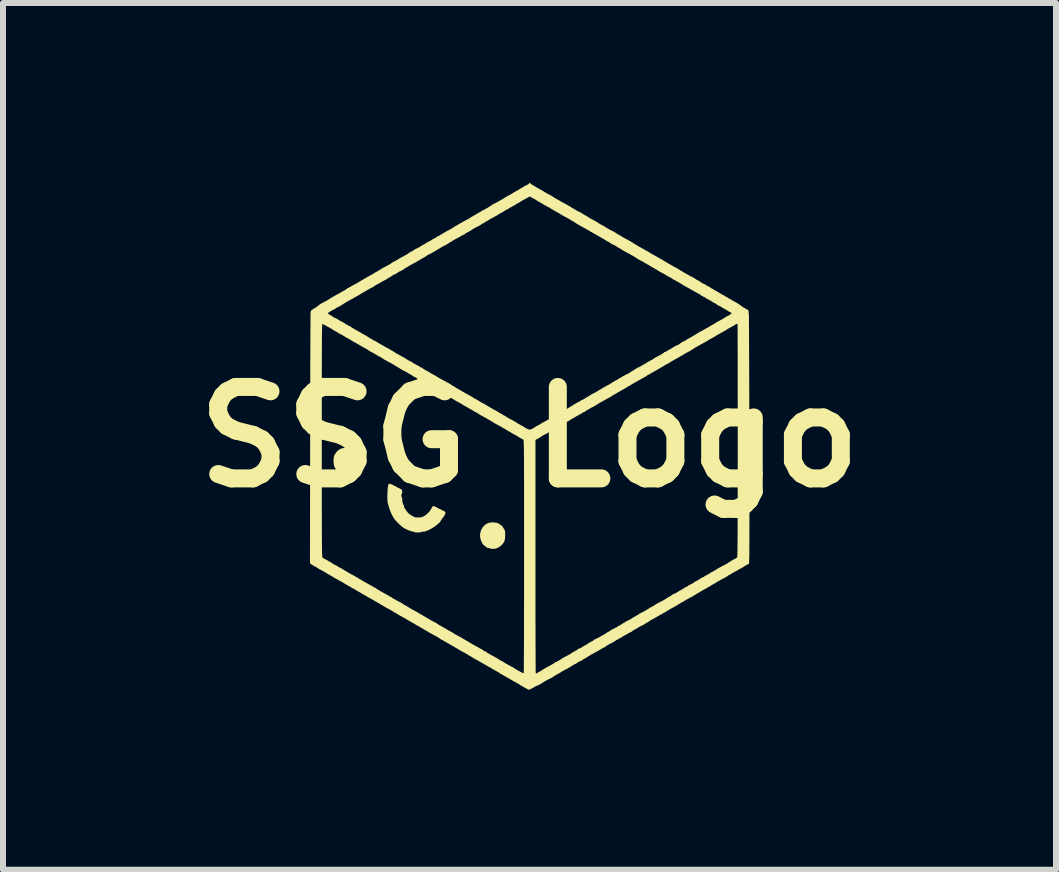
<source format=kicad_pcb>
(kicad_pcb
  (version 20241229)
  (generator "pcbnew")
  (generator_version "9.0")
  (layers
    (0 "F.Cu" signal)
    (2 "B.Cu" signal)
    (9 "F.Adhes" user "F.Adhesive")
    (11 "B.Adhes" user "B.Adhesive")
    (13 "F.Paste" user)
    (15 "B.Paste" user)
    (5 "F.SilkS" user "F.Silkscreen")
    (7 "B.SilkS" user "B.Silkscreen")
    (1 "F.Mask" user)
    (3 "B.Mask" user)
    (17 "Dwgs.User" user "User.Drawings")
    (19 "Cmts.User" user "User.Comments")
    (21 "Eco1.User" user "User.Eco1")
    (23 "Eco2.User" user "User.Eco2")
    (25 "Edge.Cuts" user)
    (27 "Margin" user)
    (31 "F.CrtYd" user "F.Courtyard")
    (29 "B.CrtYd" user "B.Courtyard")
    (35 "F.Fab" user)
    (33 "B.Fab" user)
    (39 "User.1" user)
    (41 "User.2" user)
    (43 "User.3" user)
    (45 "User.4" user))
  (footprint "SSG Logo"
    (layer "F.Cu")
    (at 5.777 4.235)
    (property "Reference" "SSG Logo" (at 0 0 0) (layer "F.SilkS") (effects (font (size 1.524 1.524) (thickness 0.3))))
    (attr board_only exclude_from_pos_files exclude_from_bom)
    (fp_poly (pts (xy -3.017 0.182) (xy -2.966 0.2) (xy -2.921 0.231) (xy -2.914 0.238) (xy -2.882 0.274) (xy -2.861 0.309) (xy -2.849 0.348) (xy -2.845 0.39) (xy -2.846 0.415) (xy -2.85 0.444) (xy -2.857 0.473) (xy -2.865 0.498) (xy -2.874 0.516) (xy -2.881 0.523) (xy -2.886 0.529) (xy -2.887 0.536) (xy -2.894 0.548) (xy -2.91 0.563) (xy -2.932 0.58) (xy -2.955 0.594) (xy -2.976 0.604) (xy -2.988 0.606) (xy -3.005 0.609) (xy -3.012 0.614) (xy -3.022 0.618) (xy -3.042 0.621) (xy -3.065 0.621) (xy -3.086 0.618) (xy -3.099 0.614) (xy -3.115 0.608) (xy -3.131 0.606) (xy -3.147 0.604) (xy -3.152 0.599) (xy -3.158 0.592) (xy -3.163 0.591) (xy -3.177 0.585) (xy -3.195 0.57) (xy -3.216 0.549) (xy -3.235 0.526) (xy -3.249 0.503) (xy -3.25 0.502) (xy -3.261 0.47) (xy -3.266 0.428) (xy -3.267 0.383) (xy -3.263 0.34) (xy -3.253 0.304) (xy -3.249 0.295) (xy -3.221 0.253) (xy -3.187 0.219) (xy -3.15 0.196) (xy -3.134 0.19) (xy -3.072 0.179)) (stroke (width 0) (type solid)) (fill yes) (layer "F.SilkS"))
    (fp_poly (pts (xy -0.586 1.424) (xy -0.547 1.43) (xy -0.514 1.442) (xy -0.492 1.459) (xy -0.481 1.468) (xy -0.476 1.47) (xy -0.465 1.475) (xy -0.453 1.486) (xy -0.447 1.496) (xy -0.447 1.496) (xy -0.443 1.505) (xy -0.433 1.521) (xy -0.426 1.532) (xy -0.417 1.548) (xy -0.41 1.563) (xy -0.407 1.581) (xy -0.406 1.607) (xy -0.406 1.636) (xy -0.407 1.675) (xy -0.41 1.704) (xy -0.416 1.726) (xy -0.422 1.743) (xy -0.443 1.776) (xy -0.472 1.808) (xy -0.504 1.832) (xy -0.519 1.841) (xy -0.539 1.85) (xy -0.555 1.857) (xy -0.57 1.861) (xy -0.593 1.863) (xy -0.619 1.864) (xy -0.642 1.862) (xy -0.659 1.859) (xy -0.663 1.857) (xy -0.673 1.851) (xy -0.69 1.849) (xy -0.706 1.847) (xy -0.712 1.843) (xy -0.718 1.836) (xy -0.733 1.825) (xy -0.742 1.819) (xy -0.769 1.796) (xy -0.792 1.764) (xy -0.811 1.72) (xy -0.814 1.713) (xy -0.825 1.659) (xy -0.823 1.605) (xy -0.808 1.553) (xy -0.782 1.506) (xy -0.746 1.467) (xy -0.704 1.44) (xy -0.669 1.428) (xy -0.628 1.423)) (stroke (width 0) (type solid)) (fill yes) (layer "F.SilkS"))
    (fp_poly (pts (xy -2.322 0.781) (xy -2.299 0.79) (xy -2.272 0.802) (xy -2.245 0.816) (xy -2.222 0.828) (xy -2.205 0.838) (xy -2.199 0.843) (xy -2.19 0.848) (xy -2.182 0.849) (xy -2.17 0.852) (xy -2.167 0.856) (xy -2.161 0.863) (xy -2.155 0.864) (xy -2.14 0.869) (xy -2.133 0.875) (xy -2.125 0.889) (xy -2.122 0.909) (xy -2.123 0.929) (xy -2.128 0.942) (xy -2.129 0.943) (xy -2.134 0.954) (xy -2.137 0.972) (xy -2.137 0.974) (xy -2.135 0.992) (xy -2.13 1.004) (xy -2.129 1.004) (xy -2.125 1.014) (xy -2.122 1.033) (xy -2.122 1.042) (xy -2.12 1.067) (xy -2.115 1.093) (xy -2.109 1.116) (xy -2.102 1.132) (xy -2.097 1.137) (xy -2.093 1.143) (xy -2.091 1.156) (xy -2.089 1.174) (xy -2.084 1.184) (xy -2.076 1.195) (xy -2.062 1.214) (xy -2.051 1.231) (xy -2.035 1.253) (xy -2.02 1.27) (xy -2.012 1.276) (xy -1.994 1.289) (xy -1.985 1.298) (xy -1.97 1.308) (xy -1.96 1.311) (xy -1.949 1.315) (xy -1.947 1.318) (xy -1.941 1.325) (xy -1.932 1.326) (xy -1.92 1.329) (xy -1.917 1.334) (xy -1.91 1.337) (xy -1.891 1.34) (xy -1.863 1.341) (xy -1.86 1.341) (xy -1.822 1.34) (xy -1.791 1.334) (xy -1.768 1.324) (xy -1.73 1.301) (xy -1.693 1.268) (xy -1.66 1.231) (xy -1.637 1.193) (xy -1.636 1.192) (xy -1.624 1.169) (xy -1.614 1.157) (xy -1.603 1.152) (xy -1.597 1.152) (xy -1.582 1.154) (xy -1.576 1.159) (xy -1.57 1.166) (xy -1.561 1.167) (xy -1.549 1.17) (xy -1.546 1.175) (xy -1.539 1.181) (xy -1.531 1.182) (xy -1.518 1.185) (xy -1.516 1.19) (xy -1.509 1.196) (xy -1.504 1.197) (xy -1.492 1.201) (xy -1.472 1.21) (xy -1.455 1.22) (xy -1.433 1.232) (xy -1.416 1.24) (xy -1.409 1.243) (xy -1.404 1.249) (xy -1.402 1.265) (xy -1.402 1.265) (xy -1.404 1.281) (xy -1.409 1.288) (xy -1.409 1.288) (xy -1.416 1.295) (xy -1.417 1.303) (xy -1.42 1.316) (xy -1.423 1.32) (xy -1.43 1.327) (xy -1.443 1.342) (xy -1.457 1.362) (xy -1.471 1.382) (xy -1.482 1.398) (xy -1.485 1.405) (xy -1.491 1.415) (xy -1.507 1.432) (xy -1.53 1.452) (xy -1.557 1.473) (xy -1.585 1.495) (xy -1.613 1.513) (xy -1.625 1.52) (xy -1.642 1.529) (xy -1.663 1.541) (xy -1.669 1.545) (xy -1.691 1.555) (xy -1.709 1.561) (xy -1.713 1.561) (xy -1.725 1.564) (xy -1.728 1.569) (xy -1.734 1.573) (xy -1.752 1.576) (xy -1.765 1.576) (xy -1.788 1.578) (xy -1.803 1.581) (xy -1.807 1.584) (xy -1.817 1.588) (xy -1.837 1.59) (xy -1.864 1.591) (xy -1.864 1.591) (xy -1.891 1.59) (xy -1.911 1.588) (xy -1.921 1.584) (xy -1.921 1.584) (xy -1.931 1.578) (xy -1.947 1.576) (xy -1.965 1.574) (xy -1.974 1.569) (xy -1.984 1.563) (xy -1.997 1.561) (xy -2.013 1.558) (xy -2.019 1.553) (xy -2.03 1.547) (xy -2.039 1.546) (xy -2.051 1.543) (xy -2.054 1.538) (xy -2.06 1.531) (xy -2.065 1.531) (xy -2.082 1.525) (xy -2.107 1.509) (xy -2.138 1.484) (xy -2.173 1.452) (xy -2.199 1.426) (xy -2.223 1.402) (xy -2.242 1.381) (xy -2.254 1.366) (xy -2.258 1.361) (xy -2.262 1.352) (xy -2.272 1.336) (xy -2.277 1.328) (xy -2.29 1.305) (xy -2.306 1.271) (xy -2.322 1.232) (xy -2.336 1.192) (xy -2.347 1.156) (xy -2.348 1.154) (xy -2.356 1.125) (xy -2.364 1.097) (xy -2.365 1.093) (xy -2.367 1.074) (xy -2.369 1.044) (xy -2.37 1.006) (xy -2.369 0.963) (xy -2.368 0.919) (xy -2.366 0.878) (xy -2.362 0.843) (xy -2.36 0.826) (xy -2.354 0.797) (xy -2.346 0.782) (xy -2.334 0.778)) (stroke (width 0) (type solid)) (fill yes) (layer "F.SilkS"))
    (fp_poly (pts (xy 0.008 -4.234) (xy 0.017 -4.227) (xy 0.017 -4.226) (xy 0.026 -4.217) (xy 0.043 -4.206) (xy 0.05 -4.202) (xy 0.069 -4.192) (xy 0.081 -4.184) (xy 0.083 -4.183) (xy 0.095 -4.175) (xy 0.113 -4.163) (xy 0.133 -4.153) (xy 0.146 -4.147) (xy 0.157 -4.141) (xy 0.159 -4.136) (xy 0.165 -4.131) (xy 0.174 -4.13) (xy 0.187 -4.127) (xy 0.189 -4.122) (xy 0.195 -4.115) (xy 0.198 -4.115) (xy 0.209 -4.111) (xy 0.226 -4.101) (xy 0.228 -4.099) (xy 0.252 -4.084) (xy 0.284 -4.065) (xy 0.32 -4.045) (xy 0.354 -4.028) (xy 0.358 -4.026) (xy 0.376 -4.016) (xy 0.386 -4.008) (xy 0.386 -4.007) (xy 0.393 -4.002) (xy 0.398 -4.001) (xy 0.408 -3.997) (xy 0.409 -3.993) (xy 0.415 -3.987) (xy 0.421 -3.986) (xy 0.431 -3.982) (xy 0.432 -3.978) (xy 0.438 -3.972) (xy 0.447 -3.971) (xy 0.459 -3.967) (xy 0.462 -3.963) (xy 0.468 -3.956) (xy 0.471 -3.955) (xy 0.482 -3.951) (xy 0.499 -3.942) (xy 0.499 -3.941) (xy 0.515 -3.931) (xy 0.54 -3.917) (xy 0.569 -3.902) (xy 0.576 -3.898) (xy 0.602 -3.884) (xy 0.623 -3.873) (xy 0.635 -3.865) (xy 0.637 -3.864) (xy 0.645 -3.858) (xy 0.662 -3.85) (xy 0.665 -3.849) (xy 0.681 -3.841) (xy 0.689 -3.834) (xy 0.69 -3.834) (xy 0.696 -3.828) (xy 0.712 -3.818) (xy 0.726 -3.811) (xy 0.746 -3.8) (xy 0.761 -3.791) (xy 0.765 -3.788) (xy 0.775 -3.782) (xy 0.792 -3.771) (xy 0.814 -3.76) (xy 0.834 -3.75) (xy 0.847 -3.744) (xy 0.85 -3.743) (xy 0.86 -3.739) (xy 0.873 -3.728) (xy 0.888 -3.717) (xy 0.899 -3.713) (xy 0.909 -3.708) (xy 0.909 -3.705) (xy 0.916 -3.699) (xy 0.924 -3.698) (xy 0.937 -3.695) (xy 0.94 -3.69) (xy 0.946 -3.683) (xy 0.95 -3.683) (xy 0.962 -3.678) (xy 0.974 -3.669) (xy 0.989 -3.658) (xy 1.012 -3.645) (xy 1.031 -3.634) (xy 1.073 -3.612) (xy 1.105 -3.595) (xy 1.127 -3.582) (xy 1.142 -3.571) (xy 1.147 -3.567) (xy 1.162 -3.557) (xy 1.172 -3.554) (xy 1.181 -3.549) (xy 1.182 -3.546) (xy 1.188 -3.54) (xy 1.197 -3.539) (xy 1.21 -3.536) (xy 1.212 -3.531) (xy 1.219 -3.524) (xy 1.224 -3.524) (xy 1.238 -3.519) (xy 1.25 -3.51) (xy 1.268 -3.498) (xy 1.297 -3.48) (xy 1.336 -3.458) (xy 1.382 -3.434) (xy 1.394 -3.428) (xy 1.419 -3.414) (xy 1.441 -3.401) (xy 1.451 -3.393) (xy 1.465 -3.383) (xy 1.475 -3.38) (xy 1.484 -3.375) (xy 1.485 -3.372) (xy 1.492 -3.366) (xy 1.5 -3.364) (xy 1.513 -3.362) (xy 1.516 -3.358) (xy 1.522 -3.352) (xy 1.538 -3.341) (xy 1.563 -3.327) (xy 1.591 -3.311) (xy 1.621 -3.296) (xy 1.642 -3.285) (xy 1.655 -3.277) (xy 1.659 -3.272) (xy 1.666 -3.267) (xy 1.675 -3.266) (xy 1.687 -3.263) (xy 1.69 -3.258) (xy 1.696 -3.251) (xy 1.7 -3.251) (xy 1.713 -3.245) (xy 1.72 -3.239) (xy 1.733 -3.229) (xy 1.753 -3.217) (xy 1.757 -3.215) (xy 1.776 -3.206) (xy 1.787 -3.198) (xy 1.788 -3.197) (xy 1.797 -3.191) (xy 1.814 -3.18) (xy 1.834 -3.169) (xy 1.871 -3.149) (xy 1.898 -3.135) (xy 1.915 -3.125) (xy 1.925 -3.119) (xy 1.929 -3.115) (xy 1.931 -3.112) (xy 1.94 -3.108) (xy 1.948 -3.107) (xy 1.96 -3.104) (xy 1.963 -3.099) (xy 1.969 -3.092) (xy 1.973 -3.092) (xy 1.985 -3.087) (xy 1.997 -3.078) (xy 2.012 -3.067) (xy 2.035 -3.054) (xy 2.054 -3.043) (xy 2.081 -3.029) (xy 2.114 -3.01) (xy 2.148 -2.991) (xy 2.152 -2.989) (xy 2.179 -2.973) (xy 2.203 -2.96) (xy 2.219 -2.952) (xy 2.222 -2.95) (xy 2.233 -2.944) (xy 2.235 -2.939) (xy 2.242 -2.933) (xy 2.247 -2.933) (xy 2.261 -2.928) (xy 2.275 -2.917) (xy 2.29 -2.906) (xy 2.301 -2.902) (xy 2.31 -2.899) (xy 2.311 -2.896) (xy 2.317 -2.89) (xy 2.333 -2.881) (xy 2.336 -2.88) (xy 2.358 -2.869) (xy 2.384 -2.854) (xy 2.391 -2.85) (xy 2.409 -2.838) (xy 2.422 -2.831) (xy 2.425 -2.83) (xy 2.445 -2.822) (xy 2.466 -2.81) (xy 2.477 -2.801) (xy 2.49 -2.791) (xy 2.498 -2.789) (xy 2.507 -2.784) (xy 2.508 -2.781) (xy 2.515 -2.775) (xy 2.523 -2.773) (xy 2.536 -2.771) (xy 2.538 -2.767) (xy 2.545 -2.76) (xy 2.561 -2.75) (xy 2.574 -2.742) (xy 2.595 -2.732) (xy 2.61 -2.723) (xy 2.614 -2.72) (xy 2.623 -2.715) (xy 2.64 -2.706) (xy 2.648 -2.701) (xy 2.667 -2.691) (xy 2.679 -2.683) (xy 2.681 -2.681) (xy 2.69 -2.676) (xy 2.698 -2.675) (xy 2.71 -2.672) (xy 2.713 -2.667) (xy 2.719 -2.661) (xy 2.725 -2.66) (xy 2.74 -2.654) (xy 2.75 -2.646) (xy 2.763 -2.636) (xy 2.785 -2.622) (xy 2.805 -2.612) (xy 2.829 -2.6) (xy 2.846 -2.589) (xy 2.853 -2.583) (xy 2.862 -2.576) (xy 2.88 -2.566) (xy 2.892 -2.559) (xy 2.922 -2.545) (xy 2.941 -2.535) (xy 2.951 -2.528) (xy 2.955 -2.524) (xy 2.955 -2.522) (xy 2.962 -2.517) (xy 2.97 -2.516) (xy 2.983 -2.513) (xy 2.986 -2.508) (xy 2.992 -2.502) (xy 2.997 -2.501) (xy 3.011 -2.496) (xy 3.025 -2.485) (xy 3.04 -2.474) (xy 3.051 -2.47) (xy 3.061 -2.467) (xy 3.061 -2.465) (xy 3.068 -2.458) (xy 3.083 -2.449) (xy 3.086 -2.448) (xy 3.108 -2.437) (xy 3.133 -2.422) (xy 3.141 -2.418) (xy 3.169 -2.4) (xy 3.189 -2.388) (xy 3.204 -2.379) (xy 3.217 -2.372) (xy 3.23 -2.366) (xy 3.248 -2.357) (xy 3.258 -2.349) (xy 3.258 -2.347) (xy 3.265 -2.342) (xy 3.27 -2.341) (xy 3.284 -2.337) (xy 3.298 -2.326) (xy 3.313 -2.315) (xy 3.324 -2.311) (xy 3.333 -2.307) (xy 3.334 -2.304) (xy 3.34 -2.297) (xy 3.349 -2.296) (xy 3.362 -2.294) (xy 3.364 -2.29) (xy 3.37 -2.283) (xy 3.382 -2.276) (xy 3.425 -2.253) (xy 3.458 -2.235) (xy 3.482 -2.22) (xy 3.501 -2.207) (xy 3.516 -2.195) (xy 3.542 -2.176) (xy 3.572 -2.157) (xy 3.582 -2.151) (xy 3.603 -2.14) (xy 3.618 -2.132) (xy 3.622 -2.129) (xy 3.632 -2.123) (xy 3.639 -2.12) (xy 3.645 -2.115) (xy 3.649 -2.104) (xy 3.652 -2.083) (xy 3.655 -2.051) (xy 3.656 -2.037) (xy 3.657 -2.023) (xy 3.657 -1.994) (xy 3.658 -1.951) (xy 3.658 -1.895) (xy 3.658 -1.827) (xy 3.659 -1.747) (xy 3.659 -1.655) (xy 3.66 -1.553) (xy 3.66 -1.441) (xy 3.661 -1.32) (xy 3.661 -1.19) (xy 3.662 -1.052) (xy 3.662 -0.907) (xy 3.663 -0.755) (xy 3.663 -0.597) (xy 3.663 -0.433) (xy 3.664 -0.265) (xy 3.664 -0.093) (xy 3.664 0.071) (xy 3.665 0.285) (xy 3.665 0.485) (xy 3.665 0.67) (xy 3.665 0.842) (xy 3.666 1.001) (xy 3.666 1.146) (xy 3.666 1.28) (xy 3.666 1.401) (xy 3.665 1.511) (xy 3.665 1.61) (xy 3.665 1.698) (xy 3.665 1.777) (xy 3.664 1.846) (xy 3.664 1.905) (xy 3.664 1.956) (xy 3.663 1.999) (xy 3.662 2.034) (xy 3.662 2.062) (xy 3.661 2.083) (xy 3.66 2.097) (xy 3.659 2.106) (xy 3.658 2.109) (xy 3.646 2.117) (xy 3.626 2.129) (xy 3.613 2.136) (xy 3.593 2.147) (xy 3.579 2.156) (xy 3.577 2.159) (xy 3.57 2.165) (xy 3.555 2.173) (xy 3.55 2.175) (xy 3.533 2.183) (xy 3.524 2.19) (xy 3.524 2.191) (xy 3.517 2.196) (xy 3.509 2.197) (xy 3.496 2.2) (xy 3.492 2.204) (xy 3.484 2.211) (xy 3.467 2.222) (xy 3.444 2.234) (xy 3.401 2.257) (xy 3.371 2.274) (xy 3.354 2.286) (xy 3.351 2.29) (xy 3.342 2.295) (xy 3.335 2.296) (xy 3.321 2.302) (xy 3.311 2.311) (xy 3.298 2.323) (xy 3.287 2.326) (xy 3.276 2.329) (xy 3.274 2.332) (xy 3.267 2.339) (xy 3.252 2.348) (xy 3.245 2.351) (xy 3.219 2.364) (xy 3.189 2.38) (xy 3.159 2.397) (xy 3.132 2.412) (xy 3.113 2.424) (xy 3.107 2.428) (xy 3.092 2.438) (xy 3.072 2.448) (xy 3.071 2.448) (xy 3.054 2.457) (xy 3.046 2.464) (xy 3.046 2.465) (xy 3.04 2.47) (xy 3.036 2.47) (xy 3.024 2.475) (xy 3.01 2.485) (xy 2.994 2.497) (xy 2.982 2.501) (xy 2.972 2.504) (xy 2.97 2.506) (xy 2.964 2.513) (xy 2.953 2.52) (xy 2.934 2.53) (xy 2.909 2.543) (xy 2.882 2.558) (xy 2.857 2.572) (xy 2.838 2.584) (xy 2.827 2.591) (xy 2.826 2.591) (xy 2.817 2.598) (xy 2.801 2.606) (xy 2.798 2.607) (xy 2.782 2.616) (xy 2.774 2.623) (xy 2.773 2.624) (xy 2.767 2.629) (xy 2.76 2.629) (xy 2.745 2.635) (xy 2.736 2.645) (xy 2.722 2.656) (xy 2.711 2.66) (xy 2.7 2.663) (xy 2.698 2.667) (xy 2.691 2.674) (xy 2.683 2.675) (xy 2.667 2.68) (xy 2.661 2.685) (xy 2.649 2.694) (xy 2.629 2.704) (xy 2.626 2.705) (xy 2.609 2.713) (xy 2.6 2.72) (xy 2.599 2.722) (xy 2.593 2.727) (xy 2.589 2.728) (xy 2.577 2.733) (xy 2.563 2.743) (xy 2.547 2.754) (xy 2.535 2.758) (xy 2.525 2.761) (xy 2.523 2.764) (xy 2.517 2.77) (xy 2.502 2.779) (xy 2.499 2.78) (xy 2.481 2.789) (xy 2.471 2.796) (xy 2.47 2.797) (xy 2.462 2.803) (xy 2.444 2.813) (xy 2.42 2.827) (xy 2.392 2.842) (xy 2.365 2.857) (xy 2.343 2.867) (xy 2.33 2.876) (xy 2.326 2.881) (xy 2.32 2.886) (xy 2.313 2.887) (xy 2.298 2.893) (xy 2.288 2.902) (xy 2.275 2.914) (xy 2.264 2.917) (xy 2.253 2.921) (xy 2.251 2.925) (xy 2.244 2.931) (xy 2.235 2.933) (xy 2.223 2.935) (xy 2.22 2.939) (xy 2.214 2.947) (xy 2.207 2.95) (xy 2.195 2.956) (xy 2.173 2.968) (xy 2.147 2.983) (xy 2.137 2.989) (xy 2.105 3.007) (xy 2.072 3.026) (xy 2.045 3.04) (xy 2.041 3.042) (xy 2.017 3.056) (xy 1.995 3.07) (xy 1.987 3.077) (xy 1.971 3.088) (xy 1.959 3.092) (xy 1.949 3.096) (xy 1.947 3.099) (xy 1.941 3.106) (xy 1.937 3.107) (xy 1.925 3.112) (xy 1.911 3.122) (xy 1.898 3.133) (xy 1.891 3.137) (xy 1.879 3.14) (xy 1.86 3.149) (xy 1.839 3.159) (xy 1.82 3.17) (xy 1.81 3.177) (xy 1.798 3.185) (xy 1.777 3.197) (xy 1.762 3.205) (xy 1.738 3.218) (xy 1.719 3.231) (xy 1.712 3.237) (xy 1.697 3.248) (xy 1.687 3.251) (xy 1.676 3.255) (xy 1.675 3.258) (xy 1.668 3.265) (xy 1.659 3.266) (xy 1.647 3.268) (xy 1.644 3.272) (xy 1.638 3.279) (xy 1.627 3.285) (xy 1.598 3.3) (xy 1.571 3.315) (xy 1.549 3.329) (xy 1.534 3.339) (xy 1.531 3.343) (xy 1.524 3.348) (xy 1.516 3.349) (xy 1.503 3.352) (xy 1.5 3.355) (xy 1.494 3.361) (xy 1.478 3.37) (xy 1.471 3.374) (xy 1.45 3.384) (xy 1.434 3.394) (xy 1.431 3.396) (xy 1.419 3.405) (xy 1.398 3.418) (xy 1.379 3.428) (xy 1.337 3.45) (xy 1.306 3.466) (xy 1.285 3.479) (xy 1.271 3.489) (xy 1.265 3.495) (xy 1.25 3.506) (xy 1.24 3.508) (xy 1.229 3.512) (xy 1.228 3.516) (xy 1.221 3.522) (xy 1.212 3.524) (xy 1.2 3.527) (xy 1.197 3.531) (xy 1.191 3.538) (xy 1.187 3.539) (xy 1.175 3.544) (xy 1.161 3.554) (xy 1.145 3.565) (xy 1.133 3.569) (xy 1.123 3.572) (xy 1.121 3.575) (xy 1.115 3.581) (xy 1.099 3.589) (xy 1.087 3.594) (xy 1.068 3.604) (xy 1.055 3.612) (xy 1.053 3.615) (xy 1.047 3.621) (xy 1.038 3.622) (xy 1.026 3.625) (xy 1.023 3.63) (xy 1.017 3.637) (xy 1.015 3.637) (xy 1.004 3.641) (xy 0.987 3.652) (xy 0.974 3.66) (xy 0.954 3.673) (xy 0.938 3.681) (xy 0.933 3.683) (xy 0.925 3.688) (xy 0.924 3.69) (xy 0.918 3.697) (xy 0.911 3.698) (xy 0.896 3.704) (xy 0.887 3.713) (xy 0.874 3.725) (xy 0.865 3.728) (xy 0.853 3.732) (xy 0.834 3.74) (xy 0.813 3.752) (xy 0.795 3.763) (xy 0.783 3.772) (xy 0.78 3.776) (xy 0.774 3.78) (xy 0.765 3.781) (xy 0.753 3.784) (xy 0.75 3.787) (xy 0.744 3.794) (xy 0.728 3.802) (xy 0.724 3.804) (xy 0.707 3.812) (xy 0.698 3.818) (xy 0.697 3.819) (xy 0.691 3.825) (xy 0.675 3.835) (xy 0.661 3.843) (xy 0.64 3.854) (xy 0.626 3.863) (xy 0.623 3.866) (xy 0.614 3.871) (xy 0.607 3.872) (xy 0.59 3.878) (xy 0.583 3.884) (xy 0.572 3.893) (xy 0.567 3.895) (xy 0.557 3.899) (xy 0.539 3.909) (xy 0.527 3.918) (xy 0.507 3.93) (xy 0.491 3.939) (xy 0.485 3.94) (xy 0.478 3.946) (xy 0.477 3.948) (xy 0.471 3.954) (xy 0.462 3.955) (xy 0.45 3.959) (xy 0.447 3.963) (xy 0.441 3.97) (xy 0.437 3.971) (xy 0.424 3.975) (xy 0.413 3.984) (xy 0.398 3.995) (xy 0.375 4.009) (xy 0.356 4.019) (xy 0.303 4.046) (xy 0.259 4.07) (xy 0.226 4.09) (xy 0.213 4.099) (xy 0.196 4.11) (xy 0.183 4.115) (xy 0.183 4.115) (xy 0.175 4.12) (xy 0.174 4.122) (xy 0.168 4.128) (xy 0.159 4.13) (xy 0.147 4.133) (xy 0.144 4.137) (xy 0.138 4.143) (xy 0.128 4.145) (xy 0.113 4.149) (xy 0.092 4.159) (xy 0.081 4.166) (xy 0.057 4.181) (xy 0.031 4.195) (xy 0.008 4.206) (xy -0.009 4.212) (xy -0.014 4.213) (xy -0.022 4.209) (xy -0.04 4.2) (xy -0.063 4.187) (xy -0.086 4.173) (xy -0.105 4.164) (xy -0.114 4.16) (xy -0.121 4.154) (xy -0.121 4.153) (xy -0.128 4.146) (xy -0.136 4.145) (xy -0.149 4.142) (xy -0.152 4.139) (xy -0.158 4.132) (xy -0.173 4.121) (xy -0.18 4.117) (xy -0.206 4.103) (xy -0.232 4.088) (xy -0.235 4.087) (xy -0.258 4.074) (xy -0.286 4.058) (xy -0.296 4.053) (xy -0.324 4.036) (xy -0.355 4.018) (xy -0.364 4.013) (xy -0.386 4) (xy -0.404 3.991) (xy -0.411 3.988) (xy -0.422 3.982) (xy -0.424 3.977) (xy -0.431 3.972) (xy -0.439 3.971) (xy -0.452 3.967) (xy -0.455 3.963) (xy -0.461 3.956) (xy -0.465 3.955) (xy -0.477 3.951) (xy -0.49 3.942) (xy -0.497 3.936) (xy -0.505 3.93) (xy -0.516 3.923) (xy -0.532 3.914) (xy -0.557 3.9) (xy -0.587 3.883) (xy -0.613 3.869) (xy -0.632 3.857) (xy -0.643 3.85) (xy -0.644 3.849) (xy -0.653 3.843) (xy -0.67 3.835) (xy -0.673 3.834) (xy -0.689 3.825) (xy -0.697 3.818) (xy -0.697 3.817) (xy -0.703 3.813) (xy -0.712 3.812) (xy -0.725 3.808) (xy -0.727 3.804) (xy -0.733 3.797) (xy -0.736 3.796) (xy -0.747 3.792) (xy -0.764 3.783) (xy -0.764 3.782) (xy -0.782 3.771) (xy -0.807 3.757) (xy -0.826 3.746) (xy -0.848 3.734) (xy -0.864 3.724) (xy -0.87 3.719) (xy -0.879 3.714) (xy -0.887 3.713) (xy -0.899 3.71) (xy -0.902 3.705) (xy -0.908 3.698) (xy -0.91 3.698) (xy -0.92 3.694) (xy -0.938 3.684) (xy -0.951 3.675) (xy -0.97 3.662) (xy -0.985 3.654) (xy -0.989 3.652) (xy -0.998 3.648) (xy -1.013 3.639) (xy -1.014 3.638) (xy -1.03 3.628) (xy -1.049 3.616) (xy -1.075 3.601) (xy -1.11 3.582) (xy -1.129 3.572) (xy -1.151 3.56) (xy -1.168 3.551) (xy -1.175 3.546) (xy -1.183 3.54) (xy -1.195 3.533) (xy -1.216 3.521) (xy -1.229 3.514) (xy -1.244 3.505) (xy -1.25 3.5) (xy -1.259 3.495) (xy -1.276 3.485) (xy -1.281 3.483) (xy -1.303 3.471) (xy -1.33 3.455) (xy -1.341 3.448) (xy -1.362 3.436) (xy -1.379 3.427) (xy -1.385 3.426) (xy -1.394 3.421) (xy -1.394 3.419) (xy -1.401 3.412) (xy -1.416 3.404) (xy -1.421 3.402) (xy -1.438 3.394) (xy -1.447 3.387) (xy -1.447 3.386) (xy -1.454 3.381) (xy -1.462 3.38) (xy -1.475 3.377) (xy -1.478 3.373) (xy -1.484 3.366) (xy -1.498 3.356) (xy -1.498 3.356) (xy -1.514 3.348) (xy -1.523 3.342) (xy -1.526 3.339) (xy -1.531 3.336) (xy -1.541 3.33) (xy -1.559 3.321) (xy -1.586 3.306) (xy -1.608 3.294) (xy -1.644 3.274) (xy -1.669 3.261) (xy -1.685 3.252) (xy -1.694 3.246) (xy -1.697 3.243) (xy -1.706 3.237) (xy -1.722 3.229) (xy -1.724 3.228) (xy -1.741 3.219) (xy -1.75 3.213) (xy -1.75 3.213) (xy -1.759 3.207) (xy -1.769 3.201) (xy -1.8 3.184) (xy -1.818 3.173) (xy -1.826 3.167) (xy -1.835 3.162) (xy -1.852 3.153) (xy -1.86 3.148) (xy -1.879 3.138) (xy -1.892 3.131) (xy -1.894 3.13) (xy -1.906 3.121) (xy -1.925 3.11) (xy -1.944 3.1) (xy -1.957 3.094) (xy -1.968 3.087) (xy -1.97 3.083) (xy -1.977 3.078) (xy -1.985 3.076) (xy -1.998 3.073) (xy -2 3.069) (xy -2.006 3.062) (xy -2.009 3.061) (xy -2.02 3.057) (xy -2.037 3.047) (xy -2.039 3.046) (xy -2.061 3.031) (xy -2.094 3.012) (xy -2.131 2.992) (xy -2.167 2.973) (xy -2.185 2.964) (xy -2.196 2.957) (xy -2.197 2.956) (xy -2.206 2.949) (xy -2.218 2.942) (xy -2.239 2.93) (xy -2.252 2.923) (xy -2.267 2.914) (xy -2.273 2.91) (xy -2.282 2.904) (xy -2.295 2.896) (xy -2.314 2.885) (xy -2.337 2.872) (xy -2.341 2.87) (xy -2.364 2.857) (xy -2.392 2.842) (xy -2.406 2.835) (xy -2.427 2.823) (xy -2.442 2.814) (xy -2.446 2.809) (xy -2.455 2.804) (xy -2.456 2.804) (xy -2.466 2.8) (xy -2.484 2.79) (xy -2.495 2.783) (xy -2.519 2.767) (xy -2.543 2.754) (xy -2.55 2.75) (xy -2.566 2.742) (xy -2.576 2.736) (xy -2.576 2.736) (xy -2.588 2.728) (xy -2.61 2.714) (xy -2.64 2.698) (xy -2.671 2.681) (xy -2.694 2.669) (xy -2.712 2.658) (xy -2.719 2.651) (xy -2.728 2.646) (xy -2.736 2.645) (xy -2.748 2.641) (xy -2.751 2.637) (xy -2.756 2.63) (xy -2.759 2.629) (xy -2.769 2.625) (xy -2.787 2.615) (xy -2.8 2.607) (xy -2.819 2.594) (xy -2.834 2.586) (xy -2.838 2.584) (xy -2.847 2.58) (xy -2.862 2.57) (xy -2.863 2.57) (xy -2.88 2.56) (xy -2.904 2.545) (xy -2.933 2.53) (xy -2.938 2.527) (xy -2.964 2.513) (xy -2.983 2.501) (xy -2.993 2.493) (xy -2.993 2.492) (xy -2.999 2.487) (xy -3.008 2.485) (xy -3.021 2.483) (xy -3.023 2.48) (xy -3.03 2.473) (xy -3.045 2.465) (xy -3.048 2.463) (xy -3.07 2.452) (xy -3.088 2.44) (xy -3.088 2.44) (xy -3.105 2.428) (xy -3.127 2.416) (xy -3.13 2.414) (xy -3.15 2.404) (xy -3.178 2.389) (xy -3.202 2.375) (xy -3.226 2.361) (xy -3.248 2.35) (xy -3.26 2.344) (xy -3.271 2.337) (xy -3.274 2.333) (xy -3.28 2.327) (xy -3.285 2.326) (xy -3.295 2.322) (xy -3.296 2.319) (xy -3.303 2.313) (xy -3.311 2.311) (xy -3.324 2.308) (xy -3.327 2.304) (xy -3.332 2.296) (xy -3.335 2.296) (xy -3.346 2.292) (xy -3.363 2.282) (xy -3.363 2.282) (xy -3.386 2.267) (xy -3.419 2.248) (xy -3.458 2.226) (xy -3.489 2.209) (xy -3.509 2.199) (xy -3.521 2.192) (xy -3.524 2.19) (xy -3.535 2.182) (xy -3.554 2.17) (xy -3.573 2.16) (xy -3.586 2.154) (xy -3.597 2.148) (xy -3.599 2.144) (xy -3.606 2.138) (xy -3.611 2.137) (xy -3.624 2.132) (xy -3.641 2.12) (xy -3.641 2.12) (xy -3.66 2.102) (xy -3.657 0.056) (xy -3.463 0.056) (xy -3.463 0.26) (xy -3.463 0.449) (xy -3.463 0.624) (xy -3.463 0.785) (xy -3.463 0.934) (xy -3.463 1.07) (xy -3.463 1.194) (xy -3.462 1.306) (xy -3.462 1.408) (xy -3.462 1.5) (xy -3.462 1.582) (xy -3.461 1.654) (xy -3.461 1.718) (xy -3.46 1.774) (xy -3.46 1.823) (xy -3.459 1.864) (xy -3.459 1.899) (xy -3.458 1.928) (xy -3.457 1.951) (xy -3.456 1.97) (xy -3.456 1.984) (xy -3.455 1.994) (xy -3.453 2.002) (xy -3.452 2.006) (xy -3.451 2.008) (xy -3.451 2.009) (xy -3.429 2.024) (xy -3.398 2.041) (xy -3.378 2.051) (xy -3.36 2.061) (xy -3.35 2.069) (xy -3.349 2.07) (xy -3.343 2.075) (xy -3.334 2.076) (xy -3.322 2.079) (xy -3.319 2.083) (xy -3.313 2.09) (xy -3.298 2.099) (xy -3.298 2.1) (xy -3.282 2.108) (xy -3.274 2.115) (xy -3.265 2.12) (xy -3.247 2.129) (xy -3.239 2.133) (xy -3.213 2.146) (xy -3.188 2.162) (xy -3.184 2.165) (xy -3.169 2.175) (xy -3.161 2.179) (xy -3.16 2.179) (xy -3.154 2.18) (xy -3.14 2.188) (xy -3.128 2.195) (xy -3.104 2.211) (xy -3.08 2.224) (xy -3.073 2.228) (xy -3.056 2.237) (xy -3.046 2.244) (xy -3.046 2.244) (xy -3.038 2.25) (xy -3.02 2.26) (xy -2.996 2.274) (xy -2.969 2.289) (xy -2.942 2.303) (xy -2.92 2.314) (xy -2.919 2.314) (xy -2.906 2.323) (xy -2.902 2.328) (xy -2.896 2.333) (xy -2.887 2.334) (xy -2.875 2.337) (xy -2.872 2.341) (xy -2.866 2.348) (xy -2.851 2.358) (xy -2.847 2.36) (xy -2.826 2.371) (xy -2.8 2.386) (xy -2.785 2.395) (xy -2.756 2.412) (xy -2.723 2.431) (xy -2.705 2.44) (xy -2.677 2.456) (xy -2.648 2.472) (xy -2.633 2.48) (xy -2.614 2.491) (xy -2.602 2.5) (xy -2.6 2.502) (xy -2.592 2.507) (xy -2.583 2.508) (xy -2.571 2.511) (xy -2.569 2.514) (xy -2.563 2.522) (xy -2.548 2.531) (xy -2.548 2.532) (xy -2.532 2.54) (xy -2.523 2.546) (xy -2.514 2.552) (xy -2.503 2.559) (xy -2.489 2.567) (xy -2.465 2.58) (xy -2.437 2.596) (xy -2.423 2.604) (xy -2.394 2.62) (xy -2.367 2.635) (xy -2.349 2.645) (xy -2.343 2.648) (xy -2.33 2.656) (xy -2.326 2.662) (xy -2.32 2.666) (xy -2.311 2.667) (xy -2.299 2.67) (xy -2.296 2.674) (xy -2.29 2.68) (xy -2.274 2.691) (xy -2.26 2.698) (xy -2.239 2.709) (xy -2.224 2.718) (xy -2.22 2.721) (xy -2.212 2.726) (xy -2.194 2.736) (xy -2.171 2.747) (xy -2.147 2.759) (xy -2.13 2.769) (xy -2.122 2.774) (xy -2.113 2.781) (xy -2.097 2.791) (xy -2.088 2.796) (xy -2.059 2.813) (xy -2.038 2.825) (xy -2.023 2.834) (xy -2.006 2.844) (xy -1.997 2.85) (xy -1.944 2.88) (xy -1.884 2.913) (xy -1.879 2.915) (xy -1.861 2.925) (xy -1.85 2.932) (xy -1.849 2.933) (xy -1.837 2.941) (xy -1.819 2.952) (xy -1.799 2.962) (xy -1.786 2.968) (xy -1.775 2.975) (xy -1.773 2.979) (xy -1.767 2.985) (xy -1.766 2.986) (xy -1.757 2.989) (xy -1.738 2.999) (xy -1.711 3.014) (xy -1.679 3.033) (xy -1.645 3.053) (xy -1.644 3.054) (xy -1.632 3.061) (xy -1.611 3.072) (xy -1.591 3.082) (xy -1.569 3.093) (xy -1.552 3.103) (xy -1.546 3.107) (xy -1.537 3.114) (xy -1.521 3.125) (xy -1.516 3.128) (xy -1.498 3.138) (xy -1.471 3.153) (xy -1.44 3.171) (xy -1.413 3.187) (xy -1.379 3.206) (xy -1.347 3.224) (xy -1.321 3.239) (xy -1.307 3.246) (xy -1.286 3.258) (xy -1.27 3.269) (xy -1.267 3.271) (xy -1.256 3.279) (xy -1.235 3.291) (xy -1.21 3.304) (xy -1.178 3.321) (xy -1.142 3.341) (xy -1.115 3.357) (xy -1.091 3.372) (xy -1.072 3.382) (xy -1.061 3.387) (xy -1.06 3.387) (xy -1.053 3.393) (xy -1.053 3.395) (xy -1.047 3.401) (xy -1.038 3.402) (xy -1.026 3.405) (xy -1.023 3.41) (xy -1.017 3.417) (xy -1.015 3.417) (xy -1.003 3.422) (xy -0.987 3.432) (xy -0.985 3.433) (xy -0.962 3.448) (xy -0.93 3.466) (xy -0.893 3.487) (xy -0.856 3.506) (xy -0.839 3.516) (xy -0.828 3.524) (xy -0.827 3.525) (xy -0.819 3.53) (xy -0.811 3.531) (xy -0.798 3.534) (xy -0.794 3.537) (xy -0.785 3.547) (xy -0.768 3.56) (xy -0.749 3.571) (xy -0.734 3.576) (xy -0.732 3.577) (xy -0.721 3.58) (xy -0.72 3.583) (xy -0.714 3.59) (xy -0.699 3.6) (xy -0.695 3.602) (xy -0.673 3.614) (xy -0.647 3.629) (xy -0.64 3.633) (xy -0.616 3.647) (xy -0.586 3.663) (xy -0.568 3.673) (xy -0.543 3.686) (xy -0.522 3.699) (xy -0.512 3.707) (xy -0.497 3.717) (xy -0.487 3.721) (xy -0.478 3.725) (xy -0.477 3.728) (xy -0.471 3.734) (xy -0.463 3.736) (xy -0.45 3.738) (xy -0.446 3.742) (xy -0.438 3.748) (xy -0.421 3.76) (xy -0.397 3.774) (xy -0.371 3.789) (xy -0.346 3.803) (xy -0.325 3.814) (xy -0.313 3.819) (xy -0.311 3.819) (xy -0.303 3.825) (xy -0.303 3.827) (xy -0.297 3.833) (xy -0.288 3.834) (xy -0.276 3.837) (xy -0.273 3.842) (xy -0.267 3.849) (xy -0.261 3.849) (xy -0.251 3.853) (xy -0.25 3.857) (xy -0.244 3.864) (xy -0.239 3.865) (xy -0.228 3.868) (xy -0.226 3.871) (xy -0.218 3.877) (xy -0.201 3.887) (xy -0.182 3.898) (xy -0.156 3.911) (xy -0.133 3.923) (xy -0.122 3.929) (xy -0.106 3.935) (xy -0.097 3.936) (xy -0.097 3.928) (xy -0.096 3.906) (xy -0.095 3.869) (xy -0.095 3.82) (xy -0.095 3.758) (xy -0.094 3.684) (xy -0.094 3.598) (xy -0.093 3.502) (xy -0.093 3.396) (xy -0.092 3.281) (xy -0.092 3.156) (xy -0.092 3.024) (xy -0.092 2.884) (xy -0.091 2.737) (xy -0.091 2.583) (xy -0.091 2.425) (xy -0.091 2.261) (xy -0.091 2.093) (xy -0.091 1.994) (xy -0.091 1.989) (xy 0.099 1.989) (xy 0.099 2.16) (xy 0.099 2.326) (xy 0.099 2.488) (xy 0.099 2.645) (xy 0.099 2.796) (xy 0.099 2.94) (xy 0.099 3.077) (xy 0.1 3.206) (xy 0.1 3.327) (xy 0.1 3.439) (xy 0.101 3.542) (xy 0.101 3.633) (xy 0.101 3.714) (xy 0.102 3.784) (xy 0.102 3.841) (xy 0.102 3.885) (xy 0.103 3.916) (xy 0.103 3.932) (xy 0.104 3.935) (xy 0.118 3.94) (xy 0.136 3.93) (xy 0.142 3.925) (xy 0.158 3.914) (xy 0.17 3.91) (xy 0.18 3.906) (xy 0.182 3.902) (xy 0.188 3.895) (xy 0.192 3.895) (xy 0.205 3.89) (xy 0.216 3.882) (xy 0.231 3.871) (xy 0.254 3.857) (xy 0.274 3.846) (xy 0.326 3.818) (xy 0.366 3.796) (xy 0.395 3.779) (xy 0.413 3.768) (xy 0.423 3.76) (xy 0.424 3.758) (xy 0.431 3.752) (xy 0.439 3.751) (xy 0.452 3.748) (xy 0.455 3.743) (xy 0.461 3.737) (xy 0.47 3.736) (xy 0.482 3.733) (xy 0.485 3.728) (xy 0.491 3.721) (xy 0.495 3.721) (xy 0.508 3.716) (xy 0.52 3.707) (xy 0.534 3.696) (xy 0.557 3.682) (xy 0.59 3.664) (xy 0.635 3.641) (xy 0.641 3.638) (xy 0.666 3.624) (xy 0.686 3.612) (xy 0.697 3.603) (xy 0.71 3.594) (xy 0.717 3.592) (xy 0.726 3.587) (xy 0.727 3.584) (xy 0.734 3.578) (xy 0.743 3.577) (xy 0.755 3.573) (xy 0.758 3.569) (xy 0.764 3.563) (xy 0.771 3.561) (xy 0.786 3.556) (xy 0.796 3.546) (xy 0.807 3.535) (xy 0.814 3.531) (xy 0.826 3.528) (xy 0.845 3.52) (xy 0.866 3.509) (xy 0.886 3.497) (xy 0.899 3.488) (xy 0.902 3.484) (xy 0.908 3.479) (xy 0.917 3.478) (xy 0.929 3.475) (xy 0.932 3.471) (xy 0.938 3.464) (xy 0.942 3.463) (xy 0.955 3.458) (xy 0.965 3.449) (xy 0.98 3.437) (xy 1.001 3.426) (xy 1.004 3.425) (xy 1.021 3.417) (xy 1.03 3.41) (xy 1.031 3.408) (xy 1.037 3.403) (xy 1.044 3.402) (xy 1.059 3.397) (xy 1.068 3.387) (xy 1.08 3.375) (xy 1.088 3.372) (xy 1.101 3.368) (xy 1.126 3.356) (xy 1.163 3.336) (xy 1.192 3.32) (xy 1.218 3.305) (xy 1.245 3.289) (xy 1.248 3.288) (xy 1.267 3.277) (xy 1.279 3.268) (xy 1.281 3.267) (xy 1.289 3.26) (xy 1.306 3.251) (xy 1.312 3.248) (xy 1.331 3.238) (xy 1.343 3.23) (xy 1.345 3.229) (xy 1.353 3.222) (xy 1.371 3.211) (xy 1.396 3.198) (xy 1.4 3.197) (xy 1.433 3.18) (xy 1.456 3.168) (xy 1.469 3.16) (xy 1.476 3.155) (xy 1.478 3.152) (xy 1.478 3.15) (xy 1.484 3.146) (xy 1.493 3.145) (xy 1.505 3.142) (xy 1.508 3.137) (xy 1.514 3.13) (xy 1.518 3.13) (xy 1.53 3.125) (xy 1.544 3.114) (xy 1.56 3.103) (xy 1.572 3.099) (xy 1.582 3.096) (xy 1.584 3.093) (xy 1.584 3.09) (xy 1.587 3.087) (xy 1.595 3.082) (xy 1.611 3.074) (xy 1.635 3.061) (xy 1.662 3.048) (xy 1.687 3.035) (xy 1.707 3.022) (xy 1.719 3.014) (xy 1.719 3.014) (xy 1.731 3.005) (xy 1.75 2.995) (xy 1.754 2.993) (xy 1.771 2.985) (xy 1.78 2.978) (xy 1.781 2.977) (xy 1.787 2.971) (xy 1.794 2.97) (xy 1.809 2.965) (xy 1.819 2.955) (xy 1.832 2.943) (xy 1.843 2.94) (xy 1.854 2.937) (xy 1.857 2.933) (xy 1.863 2.926) (xy 1.869 2.925) (xy 1.882 2.921) (xy 1.902 2.911) (xy 1.92 2.9) (xy 1.945 2.885) (xy 1.968 2.871) (xy 1.98 2.865) (xy 1.994 2.855) (xy 2 2.848) (xy 2 2.848) (xy 2.007 2.843) (xy 2.016 2.842) (xy 2.028 2.839) (xy 2.031 2.835) (xy 2.037 2.829) (xy 2.053 2.821) (xy 2.057 2.819) (xy 2.074 2.811) (xy 2.083 2.804) (xy 2.084 2.803) (xy 2.09 2.798) (xy 2.107 2.787) (xy 2.131 2.774) (xy 2.139 2.77) (xy 2.184 2.746) (xy 2.22 2.728) (xy 2.245 2.714) (xy 2.257 2.706) (xy 2.258 2.705) (xy 2.267 2.699) (xy 2.283 2.691) (xy 2.297 2.681) (xy 2.304 2.674) (xy 2.304 2.674) (xy 2.31 2.668) (xy 2.319 2.667) (xy 2.331 2.664) (xy 2.334 2.66) (xy 2.34 2.653) (xy 2.344 2.652) (xy 2.356 2.647) (xy 2.368 2.637) (xy 2.381 2.626) (xy 2.39 2.622) (xy 2.401 2.618) (xy 2.42 2.61) (xy 2.442 2.599) (xy 2.462 2.587) (xy 2.476 2.579) (xy 2.478 2.577) (xy 2.487 2.57) (xy 2.504 2.562) (xy 2.506 2.561) (xy 2.523 2.552) (xy 2.531 2.545) (xy 2.531 2.544) (xy 2.537 2.539) (xy 2.544 2.538) (xy 2.559 2.533) (xy 2.569 2.523) (xy 2.582 2.511) (xy 2.593 2.508) (xy 2.605 2.505) (xy 2.607 2.501) (xy 2.613 2.494) (xy 2.622 2.493) (xy 2.634 2.491) (xy 2.637 2.487) (xy 2.638 2.483) (xy 2.644 2.479) (xy 2.656 2.472) (xy 2.677 2.461) (xy 2.7 2.449) (xy 2.721 2.438) (xy 2.735 2.429) (xy 2.739 2.425) (xy 2.748 2.419) (xy 2.766 2.408) (xy 2.787 2.397) (xy 2.812 2.384) (xy 2.832 2.371) (xy 2.842 2.363) (xy 2.857 2.352) (xy 2.867 2.349) (xy 2.878 2.345) (xy 2.879 2.341) (xy 2.886 2.335) (xy 2.895 2.334) (xy 2.907 2.332) (xy 2.91 2.328) (xy 2.916 2.321) (xy 2.927 2.314) (xy 2.956 2.3) (xy 2.983 2.285) (xy 3.006 2.271) (xy 3.02 2.261) (xy 3.023 2.257) (xy 3.03 2.252) (xy 3.039 2.251) (xy 3.051 2.248) (xy 3.054 2.245) (xy 3.06 2.238) (xy 3.075 2.23) (xy 3.078 2.229) (xy 3.099 2.218) (xy 3.116 2.207) (xy 3.116 2.207) (xy 3.126 2.199) (xy 3.144 2.189) (xy 3.171 2.174) (xy 3.208 2.154) (xy 3.258 2.129) (xy 3.266 2.125) (xy 3.29 2.111) (xy 3.311 2.098) (xy 3.32 2.09) (xy 3.334 2.079) (xy 3.344 2.076) (xy 3.355 2.073) (xy 3.357 2.071) (xy 3.363 2.063) (xy 3.374 2.056) (xy 3.391 2.048) (xy 3.414 2.036) (xy 3.422 2.032) (xy 3.443 2.02) (xy 3.458 2.009) (xy 3.462 2.006) (xy 3.463 2.001) (xy 3.463 1.988) (xy 3.464 1.968) (xy 3.465 1.939) (xy 3.466 1.901) (xy 3.466 1.854) (xy 3.467 1.797) (xy 3.468 1.73) (xy 3.468 1.652) (xy 3.469 1.564) (xy 3.469 1.464) (xy 3.469 1.353) (xy 3.47 1.23) (xy 3.47 1.094) (xy 3.47 0.946) (xy 3.47 0.784) (xy 3.47 0.608) (xy 3.471 0.419) (xy 3.471 0.215) (xy 3.471 0.057) (xy 3.471 -0.113) (xy 3.471 -0.28) (xy 3.471 -0.442) (xy 3.47 -0.598) (xy 3.47 -0.749) (xy 3.47 -0.893) (xy 3.47 -1.03) (xy 3.47 -1.159) (xy 3.47 -1.28) (xy 3.47 -1.391) (xy 3.469 -1.493) (xy 3.469 -1.585) (xy 3.469 -1.666) (xy 3.469 -1.735) (xy 3.468 -1.792) (xy 3.468 -1.835) (xy 3.468 -1.866) (xy 3.468 -1.882) (xy 3.467 -1.885) (xy 3.458 -1.886) (xy 3.442 -1.881) (xy 3.427 -1.872) (xy 3.423 -1.869) (xy 3.411 -1.861) (xy 3.391 -1.849) (xy 3.38 -1.843) (xy 3.341 -1.823) (xy 3.301 -1.8) (xy 3.267 -1.779) (xy 3.257 -1.772) (xy 3.241 -1.762) (xy 3.229 -1.758) (xy 3.229 -1.758) (xy 3.221 -1.753) (xy 3.22 -1.75) (xy 3.214 -1.744) (xy 3.205 -1.743) (xy 3.193 -1.74) (xy 3.19 -1.737) (xy 3.184 -1.73) (xy 3.169 -1.722) (xy 3.167 -1.721) (xy 3.147 -1.711) (xy 3.122 -1.696) (xy 3.108 -1.687) (xy 3.081 -1.67) (xy 3.048 -1.652) (xy 3.029 -1.642) (xy 3.005 -1.629) (xy 2.985 -1.618) (xy 2.976 -1.611) (xy 2.964 -1.603) (xy 2.944 -1.591) (xy 2.925 -1.581) (xy 2.899 -1.567) (xy 2.866 -1.549) (xy 2.831 -1.529) (xy 2.82 -1.523) (xy 2.792 -1.507) (xy 2.769 -1.494) (xy 2.754 -1.486) (xy 2.75 -1.485) (xy 2.743 -1.479) (xy 2.743 -1.478) (xy 2.737 -1.471) (xy 2.733 -1.47) (xy 2.72 -1.465) (xy 2.709 -1.457) (xy 2.694 -1.446) (xy 2.671 -1.432) (xy 2.652 -1.422) (xy 2.628 -1.41) (xy 2.608 -1.4) (xy 2.599 -1.394) (xy 2.591 -1.39) (xy 2.578 -1.382) (xy 2.559 -1.37) (xy 2.531 -1.354) (xy 2.493 -1.332) (xy 2.444 -1.304) (xy 2.429 -1.296) (xy 2.404 -1.282) (xy 2.377 -1.267) (xy 2.374 -1.265) (xy 2.353 -1.252) (xy 2.337 -1.241) (xy 2.334 -1.239) (xy 2.317 -1.229) (xy 2.307 -1.225) (xy 2.293 -1.218) (xy 2.271 -1.206) (xy 2.254 -1.195) (xy 2.229 -1.18) (xy 2.205 -1.166) (xy 2.194 -1.159) (xy 2.177 -1.151) (xy 2.167 -1.144) (xy 2.167 -1.144) (xy 2.158 -1.138) (xy 2.145 -1.13) (xy 2.123 -1.118) (xy 2.096 -1.103) (xy 2.068 -1.087) (xy 2.047 -1.075) (xy 2.042 -1.073) (xy 2.029 -1.065) (xy 2.023 -1.06) (xy 2.014 -1.055) (xy 1.997 -1.046) (xy 1.991 -1.043) (xy 1.971 -1.033) (xy 1.956 -1.023) (xy 1.953 -1.021) (xy 1.941 -1.012) (xy 1.921 -1) (xy 1.913 -0.996) (xy 1.897 -0.987) (xy 1.876 -0.975) (xy 1.847 -0.959) (xy 1.81 -0.939) (xy 1.763 -0.912) (xy 1.731 -0.894) (xy 1.708 -0.88) (xy 1.686 -0.866) (xy 1.681 -0.863) (xy 1.665 -0.853) (xy 1.654 -0.849) (xy 1.653 -0.849) (xy 1.644 -0.844) (xy 1.643 -0.843) (xy 1.635 -0.836) (xy 1.619 -0.826) (xy 1.61 -0.821) (xy 1.586 -0.807) (xy 1.557 -0.791) (xy 1.538 -0.781) (xy 1.508 -0.764) (xy 1.475 -0.745) (xy 1.459 -0.735) (xy 1.433 -0.72) (xy 1.408 -0.706) (xy 1.396 -0.7) (xy 1.38 -0.69) (xy 1.372 -0.682) (xy 1.372 -0.681) (xy 1.365 -0.676) (xy 1.356 -0.674) (xy 1.344 -0.671) (xy 1.341 -0.667) (xy 1.336 -0.659) (xy 1.334 -0.659) (xy 1.325 -0.656) (xy 1.306 -0.646) (xy 1.281 -0.632) (xy 1.265 -0.623) (xy 1.233 -0.604) (xy 1.2 -0.586) (xy 1.173 -0.571) (xy 1.166 -0.567) (xy 1.14 -0.552) (xy 1.116 -0.537) (xy 1.107 -0.531) (xy 1.09 -0.52) (xy 1.078 -0.515) (xy 1.077 -0.515) (xy 1.069 -0.51) (xy 1.068 -0.508) (xy 1.062 -0.501) (xy 1.057 -0.5) (xy 1.044 -0.496) (xy 1.024 -0.486) (xy 1.006 -0.475) (xy 0.98 -0.46) (xy 0.957 -0.447) (xy 0.945 -0.44) (xy 0.931 -0.431) (xy 0.924 -0.423) (xy 0.924 -0.423) (xy 0.918 -0.418) (xy 0.91 -0.417) (xy 0.897 -0.414) (xy 0.893 -0.411) (xy 0.885 -0.404) (xy 0.869 -0.394) (xy 0.86 -0.389) (xy 0.838 -0.377) (xy 0.809 -0.361) (xy 0.78 -0.345) (xy 0.752 -0.328) (xy 0.725 -0.313) (xy 0.705 -0.301) (xy 0.681 -0.287) (xy 0.66 -0.273) (xy 0.658 -0.272) (xy 0.642 -0.262) (xy 0.63 -0.258) (xy 0.63 -0.258) (xy 0.622 -0.252) (xy 0.621 -0.25) (xy 0.615 -0.244) (xy 0.606 -0.242) (xy 0.594 -0.239) (xy 0.591 -0.235) (xy 0.586 -0.228) (xy 0.584 -0.227) (xy 0.576 -0.224) (xy 0.557 -0.214) (xy 0.531 -0.199) (xy 0.511 -0.187) (xy 0.48 -0.169) (xy 0.451 -0.153) (xy 0.429 -0.141) (xy 0.421 -0.137) (xy 0.4 -0.125) (xy 0.375 -0.11) (xy 0.366 -0.104) (xy 0.346 -0.092) (xy 0.331 -0.085) (xy 0.327 -0.083) (xy 0.318 -0.079) (xy 0.317 -0.078) (xy 0.31 -0.072) (xy 0.292 -0.061) (xy 0.267 -0.048) (xy 0.255 -0.042) (xy 0.227 -0.027) (xy 0.203 -0.013) (xy 0.186 -0.002) (xy 0.183 0.000009) (xy 0.169 0.01) (xy 0.148 0.023) (xy 0.135 0.03) (xy 0.099 0.048) (xy 0.099 1.989) (xy -0.091 1.989) (xy -0.091 1.791) (xy -0.091 1.603) (xy -0.091 1.429) (xy -0.091 1.268) (xy -0.091 1.12) (xy -0.091 0.985) (xy -0.091 0.862) (xy -0.091 0.75) (xy -0.092 0.648) (xy -0.092 0.557) (xy -0.092 0.476) (xy -0.092 0.404) (xy -0.093 0.34) (xy -0.093 0.285) (xy -0.094 0.237) (xy -0.094 0.195) (xy -0.095 0.161) (xy -0.096 0.132) (xy -0.096 0.108) (xy -0.097 0.089) (xy -0.098 0.074) (xy -0.099 0.063) (xy -0.1 0.055) (xy -0.101 0.05) (xy -0.103 0.047) (xy -0.104 0.045) (xy -0.104 0.044) (xy -0.121 0.033) (xy -0.14 0.023) (xy -0.161 0.012) (xy -0.186 -0.003) (xy -0.193 -0.008) (xy -0.217 -0.023) (xy -0.24 -0.036) (xy -0.246 -0.039) (xy -0.271 -0.052) (xy -0.293 -0.064) (xy -0.308 -0.074) (xy -0.311 -0.076) (xy -0.32 -0.081) (xy -0.336 -0.09) (xy -0.337 -0.091) (xy -0.358 -0.102) (xy -0.382 -0.117) (xy -0.392 -0.123) (xy -0.411 -0.135) (xy -0.425 -0.143) (xy -0.428 -0.144) (xy -0.437 -0.148) (xy -0.453 -0.157) (xy -0.453 -0.158) (xy -0.47 -0.169) (xy -0.495 -0.183) (xy -0.523 -0.198) (xy -0.562 -0.219) (xy -0.589 -0.234) (xy -0.606 -0.244) (xy -0.613 -0.25) (xy -0.614 -0.25) (xy -0.623 -0.256) (xy -0.636 -0.264) (xy -0.674 -0.286) (xy -0.703 -0.302) (xy -0.724 -0.315) (xy -0.731 -0.319) (xy -0.751 -0.33) (xy -0.777 -0.344) (xy -0.796 -0.354) (xy -0.821 -0.367) (xy -0.842 -0.381) (xy -0.852 -0.388) (xy -0.867 -0.398) (xy -0.877 -0.402) (xy -0.886 -0.406) (xy -0.887 -0.409) (xy -0.893 -0.415) (xy -0.902 -0.417) (xy -0.914 -0.419) (xy -0.917 -0.422) (xy -0.923 -0.43) (xy -0.934 -0.436) (xy -0.949 -0.444) (xy -0.972 -0.457) (xy -0.998 -0.472) (xy -1 -0.473) (xy -1.03 -0.49) (xy -1.058 -0.507) (xy -1.08 -0.518) (xy -1.101 -0.53) (xy -1.117 -0.541) (xy -1.121 -0.544) (xy -1.134 -0.553) (xy -1.155 -0.564) (xy -1.16 -0.567) (xy -1.178 -0.576) (xy -1.189 -0.583) (xy -1.19 -0.585) (xy -1.196 -0.59) (xy -1.204 -0.591) (xy -1.217 -0.594) (xy -1.221 -0.597) (xy -1.229 -0.604) (xy -1.246 -0.615) (xy -1.268 -0.629) (xy -1.291 -0.642) (xy -1.311 -0.653) (xy -1.324 -0.659) (xy -1.327 -0.659) (xy -1.333 -0.665) (xy -1.334 -0.667) (xy -1.34 -0.673) (xy -1.349 -0.674) (xy -1.361 -0.678) (xy -1.364 -0.682) (xy -1.37 -0.689) (xy -1.372 -0.69) (xy -1.383 -0.693) (xy -1.401 -0.703) (xy -1.412 -0.711) (xy -1.436 -0.726) (xy -1.459 -0.739) (xy -1.466 -0.743) (xy -1.487 -0.754) (xy -1.512 -0.769) (xy -1.519 -0.774) (xy -1.541 -0.787) (xy -1.57 -0.804) (xy -1.602 -0.821) (xy -1.606 -0.823) (xy -1.633 -0.837) (xy -1.654 -0.848) (xy -1.666 -0.856) (xy -1.667 -0.857) (xy -1.676 -0.863) (xy -1.695 -0.874) (xy -1.72 -0.889) (xy -1.75 -0.907) (xy -1.781 -0.924) (xy -1.81 -0.94) (xy -1.834 -0.953) (xy -1.85 -0.961) (xy -1.855 -0.962) (xy -1.865 -0.968) (xy -1.872 -0.974) (xy -1.885 -0.985) (xy -1.905 -0.996) (xy -1.909 -0.998) (xy -1.927 -1.007) (xy -1.939 -1.014) (xy -1.94 -1.015) (xy -1.949 -1.022) (xy -1.962 -1.029) (xy -1.981 -1.04) (xy -2.003 -1.053) (xy -2.005 -1.054) (xy -2.027 -1.067) (xy -2.053 -1.083) (xy -2.06 -1.087) (xy -2.081 -1.099) (xy -2.098 -1.105) (xy -2.103 -1.106) (xy -2.113 -1.11) (xy -2.114 -1.114) (xy -2.12 -1.121) (xy -2.122 -1.121) (xy -2.133 -1.125) (xy -2.151 -1.135) (xy -2.162 -1.143) (xy -2.186 -1.158) (xy -2.209 -1.171) (xy -2.216 -1.175) (xy -2.233 -1.184) (xy -2.243 -1.19) (xy -2.243 -1.19) (xy -2.252 -1.197) (xy -2.271 -1.209) (xy -2.296 -1.223) (xy -2.322 -1.238) (xy -2.347 -1.251) (xy -2.367 -1.261) (xy -2.378 -1.265) (xy -2.378 -1.265) (xy -2.386 -1.271) (xy -2.387 -1.273) (xy -2.393 -1.28) (xy -2.399 -1.281) (xy -2.412 -1.285) (xy -2.427 -1.296) (xy -2.442 -1.307) (xy -2.453 -1.311) (xy -2.462 -1.316) (xy -2.463 -1.318) (xy -2.469 -1.325) (xy -2.474 -1.326) (xy -2.484 -1.33) (xy -2.485 -1.334) (xy -2.492 -1.34) (xy -2.5 -1.341) (xy -2.514 -1.344) (xy -2.519 -1.348) (xy -2.527 -1.355) (xy -2.546 -1.366) (xy -2.571 -1.381) (xy -2.601 -1.398) (xy -2.631 -1.415) (xy -2.659 -1.429) (xy -2.664 -1.432) (xy -2.684 -1.444) (xy -2.701 -1.457) (xy -2.716 -1.467) (xy -2.726 -1.47) (xy -2.735 -1.475) (xy -2.736 -1.478) (xy -2.742 -1.484) (xy -2.751 -1.485) (xy -2.763 -1.488) (xy -2.766 -1.492) (xy -2.772 -1.5) (xy -2.779 -1.503) (xy -2.791 -1.509) (xy -2.813 -1.52) (xy -2.839 -1.536) (xy -2.849 -1.541) (xy -2.879 -1.559) (xy -2.907 -1.575) (xy -2.929 -1.586) (xy -2.933 -1.588) (xy -2.95 -1.598) (xy -2.962 -1.605) (xy -2.963 -1.606) (xy -2.974 -1.614) (xy -2.998 -1.628) (xy -3.033 -1.647) (xy -3.035 -1.648) (xy -3.059 -1.662) (xy -3.088 -1.679) (xy -3.103 -1.688) (xy -3.124 -1.701) (xy -3.14 -1.71) (xy -3.147 -1.713) (xy -3.156 -1.716) (xy -3.174 -1.726) (xy -3.185 -1.734) (xy -3.209 -1.749) (xy -3.232 -1.762) (xy -3.239 -1.765) (xy -3.26 -1.777) (xy -3.275 -1.787) (xy -3.294 -1.8) (xy -3.327 -1.819) (xy -3.374 -1.844) (xy -3.38 -1.847) (xy -3.397 -1.857) (xy -3.408 -1.865) (xy -3.409 -1.866) (xy -3.417 -1.871) (xy -3.426 -1.872) (xy -3.438 -1.875) (xy -3.44 -1.879) (xy -3.446 -1.886) (xy -3.452 -1.887) (xy -3.453 -1.886) (xy -3.454 -1.882) (xy -3.455 -1.874) (xy -3.456 -1.863) (xy -3.457 -1.848) (xy -3.458 -1.828) (xy -3.458 -1.802) (xy -3.459 -1.77) (xy -3.46 -1.732) (xy -3.46 -1.687) (xy -3.461 -1.634) (xy -3.461 -1.574) (xy -3.461 -1.504) (xy -3.462 -1.426) (xy -3.462 -1.338) (xy -3.462 -1.239) (xy -3.462 -1.13) (xy -3.463 -1.01) (xy -3.463 -0.878) (xy -3.463 -0.734) (xy -3.463 -0.577) (xy -3.463 -0.406) (xy -3.463 -0.222) (xy -3.463 -0.023) (xy -3.463 0.056) (xy -3.657 0.056) (xy -3.657 0.022) (xy -3.657 -0.154) (xy -3.657 -0.327) (xy -3.657 -0.496) (xy -3.656 -0.66) (xy -3.656 -0.818) (xy -3.655 -0.969) (xy -3.655 -1.114) (xy -3.655 -1.251) (xy -3.654 -1.38) (xy -3.654 -1.5) (xy -3.653 -1.611) (xy -3.653 -1.712) (xy -3.652 -1.802) (xy -3.652 -1.881) (xy -3.651 -1.948) (xy -3.651 -2.003) (xy -3.65 -2.044) (xy -3.65 -2.07) (xy -3.362 -2.07) (xy -3.362 -2.064) (xy -3.353 -2.054) (xy -3.339 -2.042) (xy -3.329 -2.038) (xy -3.32 -2.034) (xy -3.319 -2.031) (xy -3.313 -2.024) (xy -3.305 -2.023) (xy -3.291 -2.017) (xy -3.281 -2.008) (xy -3.269 -1.996) (xy -3.261 -1.993) (xy -3.251 -1.989) (xy -3.232 -1.981) (xy -3.21 -1.97) (xy -3.19 -1.958) (xy -3.177 -1.95) (xy -3.175 -1.948) (xy -3.167 -1.942) (xy -3.149 -1.933) (xy -3.133 -1.925) (xy -3.109 -1.912) (xy -3.088 -1.9) (xy -3.08 -1.894) (xy -3.062 -1.882) (xy -3.041 -1.871) (xy -3.04 -1.871) (xy -3.024 -1.862) (xy -3.016 -1.855) (xy -3.016 -1.855) (xy -3.01 -1.85) (xy -3.001 -1.849) (xy -2.988 -1.846) (xy -2.984 -1.842) (xy -2.977 -1.835) (xy -2.958 -1.822) (xy -2.931 -1.806) (xy -2.898 -1.787) (xy -2.862 -1.768) (xy -2.851 -1.761) (xy -2.828 -1.749) (xy -2.81 -1.737) (xy -2.805 -1.734) (xy -2.791 -1.725) (xy -2.769 -1.712) (xy -2.754 -1.705) (xy -2.73 -1.692) (xy -2.709 -1.68) (xy -2.701 -1.674) (xy -2.687 -1.664) (xy -2.664 -1.65) (xy -2.645 -1.64) (xy -2.622 -1.627) (xy -2.606 -1.617) (xy -2.6 -1.612) (xy -2.592 -1.607) (xy -2.583 -1.606) (xy -2.571 -1.603) (xy -2.569 -1.599) (xy -2.563 -1.592) (xy -2.561 -1.591) (xy -2.55 -1.587) (xy -2.532 -1.577) (xy -2.521 -1.57) (xy -2.497 -1.555) (xy -2.474 -1.542) (xy -2.466 -1.538) (xy -2.446 -1.527) (xy -2.421 -1.512) (xy -2.413 -1.507) (xy -2.39 -1.493) (xy -2.369 -1.483) (xy -2.362 -1.481) (xy -2.347 -1.476) (xy -2.341 -1.47) (xy -2.335 -1.464) (xy -2.319 -1.454) (xy -2.305 -1.447) (xy -2.285 -1.436) (xy -2.27 -1.427) (xy -2.266 -1.424) (xy -2.257 -1.417) (xy -2.24 -1.407) (xy -2.232 -1.402) (xy -2.207 -1.388) (xy -2.178 -1.371) (xy -2.163 -1.362) (xy -2.135 -1.347) (xy -2.107 -1.332) (xy -2.094 -1.326) (xy -2.073 -1.314) (xy -2.057 -1.303) (xy -2.054 -1.3) (xy -2.041 -1.29) (xy -2.034 -1.288) (xy -2.024 -1.284) (xy -2.023 -1.281) (xy -2.017 -1.274) (xy -2.008 -1.273) (xy -1.996 -1.27) (xy -1.993 -1.265) (xy -1.987 -1.259) (xy -1.978 -1.258) (xy -1.965 -1.255) (xy -1.963 -1.252) (xy -1.958 -1.246) (xy -1.945 -1.237) (xy -1.921 -1.223) (xy -1.885 -1.203) (xy -1.86 -1.19) (xy -1.839 -1.179) (xy -1.824 -1.169) (xy -1.82 -1.165) (xy -1.811 -1.16) (xy -1.806 -1.159) (xy -1.792 -1.154) (xy -1.782 -1.146) (xy -1.768 -1.135) (xy -1.746 -1.122) (xy -1.731 -1.114) (xy -1.708 -1.102) (xy -1.689 -1.092) (xy -1.682 -1.087) (xy -1.675 -1.082) (xy -1.662 -1.074) (xy -1.643 -1.063) (xy -1.614 -1.047) (xy -1.575 -1.025) (xy -1.565 -1.02) (xy -1.551 -1.012) (xy -1.546 -1.008) (xy -1.537 -1.002) (xy -1.521 -0.993) (xy -1.507 -0.984) (xy -1.5 -0.976) (xy -1.5 -0.976) (xy -1.494 -0.971) (xy -1.485 -0.97) (xy -1.473 -0.968) (xy -1.47 -0.964) (xy -1.464 -0.958) (xy -1.448 -0.949) (xy -1.445 -0.948) (xy -1.425 -0.938) (xy -1.409 -0.927) (xy -1.408 -0.927) (xy -1.395 -0.917) (xy -1.373 -0.905) (xy -1.351 -0.893) (xy -1.303 -0.868) (xy -1.267 -0.848) (xy -1.243 -0.834) (xy -1.237 -0.828) (xy -1.224 -0.819) (xy -1.204 -0.808) (xy -1.199 -0.806) (xy -1.18 -0.796) (xy -1.168 -0.789) (xy -1.167 -0.788) (xy -1.157 -0.781) (xy -1.152 -0.778) (xy -1.14 -0.772) (xy -1.12 -0.76) (xy -1.093 -0.745) (xy -1.084 -0.739) (xy -1.051 -0.721) (xy -1.017 -0.702) (xy -0.988 -0.686) (xy -0.985 -0.685) (xy -0.961 -0.672) (xy -0.942 -0.66) (xy -0.934 -0.654) (xy -0.921 -0.645) (xy -0.901 -0.634) (xy -0.896 -0.632) (xy -0.874 -0.621) (xy -0.858 -0.61) (xy -0.856 -0.609) (xy -0.842 -0.6) (xy -0.821 -0.587) (xy -0.803 -0.577) (xy -0.764 -0.557) (xy -0.737 -0.542) (xy -0.722 -0.532) (xy -0.72 -0.53) (xy -0.711 -0.525) (xy -0.695 -0.516) (xy -0.693 -0.515) (xy -0.672 -0.503) (xy -0.648 -0.488) (xy -0.644 -0.486) (xy -0.619 -0.471) (xy -0.592 -0.456) (xy -0.587 -0.454) (xy -0.565 -0.442) (xy -0.537 -0.426) (xy -0.509 -0.409) (xy -0.485 -0.394) (xy -0.465 -0.384) (xy -0.455 -0.379) (xy -0.454 -0.379) (xy -0.447 -0.373) (xy -0.447 -0.371) (xy -0.441 -0.365) (xy -0.432 -0.364) (xy -0.42 -0.361) (xy -0.417 -0.356) (xy -0.411 -0.349) (xy -0.407 -0.349) (xy -0.394 -0.344) (xy -0.382 -0.335) (xy -0.367 -0.325) (xy -0.345 -0.311) (xy -0.326 -0.301) (xy -0.279 -0.277) (xy -0.245 -0.258) (xy -0.222 -0.244) (xy -0.207 -0.234) (xy -0.206 -0.233) (xy -0.19 -0.222) (xy -0.169 -0.212) (xy -0.169 -0.211) (xy -0.152 -0.203) (xy -0.144 -0.196) (xy -0.144 -0.195) (xy -0.138 -0.19) (xy -0.129 -0.189) (xy -0.116 -0.186) (xy -0.112 -0.182) (xy -0.104 -0.175) (xy -0.087 -0.164) (xy -0.064 -0.15) (xy -0.039 -0.137) (xy -0.017 -0.127) (xy -0.001 -0.122) (xy 0.001 -0.121) (xy 0.015 -0.125) (xy 0.036 -0.133) (xy 0.05 -0.14) (xy 0.071 -0.152) (xy 0.086 -0.162) (xy 0.091 -0.165) (xy 0.099 -0.172) (xy 0.117 -0.182) (xy 0.138 -0.192) (xy 0.163 -0.205) (xy 0.182 -0.216) (xy 0.191 -0.222) (xy 0.203 -0.231) (xy 0.223 -0.242) (xy 0.242 -0.252) (xy 0.272 -0.268) (xy 0.306 -0.287) (xy 0.33 -0.302) (xy 0.357 -0.318) (xy 0.383 -0.333) (xy 0.401 -0.342) (xy 0.417 -0.35) (xy 0.424 -0.357) (xy 0.424 -0.358) (xy 0.43 -0.363) (xy 0.434 -0.364) (xy 0.447 -0.369) (xy 0.46 -0.379) (xy 0.476 -0.39) (xy 0.488 -0.394) (xy 0.499 -0.397) (xy 0.5 -0.4) (xy 0.506 -0.406) (xy 0.522 -0.416) (xy 0.529 -0.419) (xy 0.562 -0.436) (xy 0.598 -0.455) (xy 0.631 -0.474) (xy 0.657 -0.491) (xy 0.659 -0.492) (xy 0.676 -0.503) (xy 0.688 -0.508) (xy 0.689 -0.508) (xy 0.697 -0.513) (xy 0.697 -0.515) (xy 0.703 -0.522) (xy 0.711 -0.523) (xy 0.725 -0.529) (xy 0.735 -0.538) (xy 0.749 -0.55) (xy 0.759 -0.553) (xy 0.771 -0.556) (xy 0.773 -0.559) (xy 0.779 -0.565) (xy 0.795 -0.574) (xy 0.805 -0.579) (xy 0.825 -0.588) (xy 0.839 -0.596) (xy 0.841 -0.598) (xy 0.849 -0.604) (xy 0.867 -0.614) (xy 0.889 -0.624) (xy 0.913 -0.637) (xy 0.932 -0.648) (xy 0.942 -0.654) (xy 0.954 -0.663) (xy 0.974 -0.674) (xy 0.979 -0.677) (xy 0.998 -0.687) (xy 1.01 -0.696) (xy 1.012 -0.697) (xy 1.021 -0.704) (xy 1.039 -0.715) (xy 1.058 -0.724) (xy 1.086 -0.738) (xy 1.112 -0.752) (xy 1.124 -0.76) (xy 1.146 -0.774) (xy 1.172 -0.789) (xy 1.184 -0.795) (xy 1.204 -0.806) (xy 1.217 -0.816) (xy 1.22 -0.82) (xy 1.226 -0.825) (xy 1.235 -0.826) (xy 1.247 -0.828) (xy 1.25 -0.832) (xy 1.257 -0.838) (xy 1.272 -0.847) (xy 1.279 -0.851) (xy 1.301 -0.862) (xy 1.319 -0.872) (xy 1.322 -0.873) (xy 1.369 -0.902) (xy 1.413 -0.929) (xy 1.45 -0.95) (xy 1.468 -0.959) (xy 1.484 -0.969) (xy 1.493 -0.977) (xy 1.493 -0.978) (xy 1.499 -0.984) (xy 1.507 -0.985) (xy 1.521 -0.988) (xy 1.524 -0.991) (xy 1.533 -0.999) (xy 1.555 -1.012) (xy 1.587 -1.029) (xy 1.63 -1.051) (xy 1.635 -1.053) (xy 1.659 -1.066) (xy 1.677 -1.077) (xy 1.686 -1.084) (xy 1.686 -1.084) (xy 1.695 -1.091) (xy 1.713 -1.101) (xy 1.719 -1.104) (xy 1.741 -1.116) (xy 1.759 -1.129) (xy 1.761 -1.131) (xy 1.776 -1.141) (xy 1.786 -1.144) (xy 1.795 -1.149) (xy 1.796 -1.152) (xy 1.802 -1.158) (xy 1.807 -1.159) (xy 1.825 -1.164) (xy 1.849 -1.177) (xy 1.864 -1.187) (xy 1.876 -1.195) (xy 1.897 -1.207) (xy 1.923 -1.22) (xy 1.946 -1.234) (xy 1.963 -1.245) (xy 1.97 -1.251) (xy 1.97 -1.252) (xy 1.977 -1.257) (xy 1.985 -1.258) (xy 1.998 -1.26) (xy 2 -1.264) (xy 2.007 -1.27) (xy 2.022 -1.279) (xy 2.025 -1.28) (xy 2.046 -1.29) (xy 2.063 -1.301) (xy 2.063 -1.302) (xy 2.078 -1.313) (xy 2.105 -1.328) (xy 2.143 -1.349) (xy 2.167 -1.361) (xy 2.185 -1.371) (xy 2.196 -1.378) (xy 2.197 -1.379) (xy 2.206 -1.385) (xy 2.222 -1.394) (xy 2.237 -1.403) (xy 2.243 -1.411) (xy 2.243 -1.411) (xy 2.249 -1.416) (xy 2.258 -1.417) (xy 2.27 -1.419) (xy 2.273 -1.423) (xy 2.279 -1.429) (xy 2.294 -1.438) (xy 2.296 -1.438) (xy 2.317 -1.449) (xy 2.35 -1.468) (xy 2.395 -1.495) (xy 2.431 -1.517) (xy 2.449 -1.526) (xy 2.463 -1.53) (xy 2.476 -1.535) (xy 2.493 -1.547) (xy 2.501 -1.553) (xy 2.519 -1.567) (xy 2.533 -1.575) (xy 2.537 -1.576) (xy 2.545 -1.581) (xy 2.546 -1.584) (xy 2.552 -1.59) (xy 2.561 -1.591) (xy 2.574 -1.594) (xy 2.576 -1.599) (xy 2.583 -1.605) (xy 2.592 -1.606) (xy 2.604 -1.609) (xy 2.607 -1.613) (xy 2.613 -1.619) (xy 2.63 -1.63) (xy 2.653 -1.643) (xy 2.662 -1.648) (xy 2.688 -1.662) (xy 2.708 -1.673) (xy 2.719 -1.681) (xy 2.72 -1.682) (xy 2.729 -1.688) (xy 2.746 -1.696) (xy 2.747 -1.697) (xy 2.768 -1.709) (xy 2.785 -1.721) (xy 2.803 -1.732) (xy 2.824 -1.744) (xy 2.825 -1.744) (xy 2.841 -1.752) (xy 2.849 -1.759) (xy 2.849 -1.76) (xy 2.855 -1.765) (xy 2.864 -1.766) (xy 2.877 -1.769) (xy 2.881 -1.772) (xy 2.888 -1.779) (xy 2.906 -1.79) (xy 2.929 -1.802) (xy 2.966 -1.822) (xy 2.996 -1.839) (xy 3.016 -1.851) (xy 3.023 -1.857) (xy 3.032 -1.862) (xy 3.049 -1.871) (xy 3.055 -1.874) (xy 3.076 -1.885) (xy 3.091 -1.895) (xy 3.093 -1.897) (xy 3.106 -1.906) (xy 3.126 -1.918) (xy 3.13 -1.92) (xy 3.162 -1.937) (xy 3.194 -1.954) (xy 3.225 -1.972) (xy 3.249 -1.986) (xy 3.265 -1.997) (xy 3.267 -1.999) (xy 3.281 -2.007) (xy 3.286 -2.008) (xy 3.295 -2.013) (xy 3.296 -2.016) (xy 3.303 -2.022) (xy 3.311 -2.023) (xy 3.324 -2.026) (xy 3.327 -2.031) (xy 3.333 -2.038) (xy 3.337 -2.038) (xy 3.349 -2.044) (xy 3.36 -2.053) (xy 3.367 -2.062) (xy 3.366 -2.069) (xy 3.354 -2.076) (xy 3.344 -2.081) (xy 3.325 -2.091) (xy 3.313 -2.098) (xy 3.311 -2.1) (xy 3.303 -2.106) (xy 3.285 -2.117) (xy 3.261 -2.13) (xy 3.254 -2.134) (xy 3.229 -2.148) (xy 3.209 -2.159) (xy 3.199 -2.166) (xy 3.198 -2.167) (xy 3.186 -2.175) (xy 3.169 -2.184) (xy 3.154 -2.19) (xy 3.151 -2.19) (xy 3.14 -2.195) (xy 3.13 -2.203) (xy 3.117 -2.214) (xy 3.095 -2.228) (xy 3.08 -2.235) (xy 3.057 -2.247) (xy 3.04 -2.258) (xy 3.033 -2.263) (xy 3.022 -2.27) (xy 3.002 -2.282) (xy 2.976 -2.295) (xy 2.975 -2.296) (xy 2.95 -2.309) (xy 2.933 -2.32) (xy 2.925 -2.327) (xy 2.925 -2.328) (xy 2.919 -2.333) (xy 2.91 -2.334) (xy 2.897 -2.337) (xy 2.895 -2.341) (xy 2.888 -2.348) (xy 2.883 -2.349) (xy 2.869 -2.354) (xy 2.855 -2.364) (xy 2.84 -2.376) (xy 2.817 -2.39) (xy 2.801 -2.399) (xy 2.775 -2.412) (xy 2.743 -2.43) (xy 2.71 -2.449) (xy 2.705 -2.452) (xy 2.675 -2.469) (xy 2.646 -2.485) (xy 2.624 -2.497) (xy 2.62 -2.498) (xy 2.602 -2.508) (xy 2.592 -2.516) (xy 2.592 -2.518) (xy 2.585 -2.522) (xy 2.576 -2.523) (xy 2.564 -2.526) (xy 2.561 -2.53) (xy 2.555 -2.537) (xy 2.541 -2.546) (xy 2.54 -2.547) (xy 2.522 -2.557) (xy 2.498 -2.571) (xy 2.482 -2.581) (xy 2.455 -2.596) (xy 2.428 -2.611) (xy 2.416 -2.617) (xy 2.397 -2.627) (xy 2.385 -2.635) (xy 2.383 -2.637) (xy 2.375 -2.643) (xy 2.356 -2.654) (xy 2.336 -2.664) (xy 2.311 -2.677) (xy 2.29 -2.689) (xy 2.28 -2.696) (xy 2.266 -2.705) (xy 2.245 -2.717) (xy 2.226 -2.727) (xy 2.186 -2.748) (xy 2.159 -2.763) (xy 2.146 -2.772) (xy 2.144 -2.773) (xy 2.136 -2.78) (xy 2.123 -2.787) (xy 2.103 -2.798) (xy 2.081 -2.811) (xy 2.08 -2.811) (xy 2.058 -2.824) (xy 2.038 -2.835) (xy 2.038 -2.835) (xy 2.019 -2.846) (xy 2.008 -2.854) (xy 1.995 -2.862) (xy 1.974 -2.873) (xy 1.955 -2.884) (xy 1.928 -2.899) (xy 1.903 -2.914) (xy 1.89 -2.923) (xy 1.871 -2.934) (xy 1.856 -2.94) (xy 1.854 -2.94) (xy 1.843 -2.944) (xy 1.841 -2.948) (xy 1.835 -2.954) (xy 1.83 -2.955) (xy 1.816 -2.96) (xy 1.803 -2.969) (xy 1.787 -2.981) (xy 1.761 -2.998) (xy 1.725 -3.019) (xy 1.678 -3.045) (xy 1.62 -3.077) (xy 1.587 -3.094) (xy 1.563 -3.108) (xy 1.543 -3.12) (xy 1.532 -3.127) (xy 1.519 -3.137) (xy 1.499 -3.147) (xy 1.494 -3.15) (xy 1.476 -3.159) (xy 1.464 -3.167) (xy 1.462 -3.169) (xy 1.453 -3.176) (xy 1.435 -3.187) (xy 1.413 -3.198) (xy 1.393 -3.208) (xy 1.379 -3.213) (xy 1.378 -3.213) (xy 1.367 -3.218) (xy 1.357 -3.227) (xy 1.344 -3.237) (xy 1.322 -3.25) (xy 1.302 -3.261) (xy 1.278 -3.273) (xy 1.261 -3.283) (xy 1.254 -3.289) (xy 1.245 -3.296) (xy 1.228 -3.306) (xy 1.222 -3.309) (xy 1.204 -3.319) (xy 1.177 -3.334) (xy 1.145 -3.352) (xy 1.128 -3.362) (xy 1.099 -3.379) (xy 1.075 -3.392) (xy 1.059 -3.401) (xy 1.053 -3.402) (xy 1.046 -3.408) (xy 1.046 -3.41) (xy 1.039 -3.416) (xy 1.031 -3.417) (xy 1.018 -3.42) (xy 1.015 -3.424) (xy 1.009 -3.432) (xy 1.002 -3.435) (xy 0.99 -3.441) (xy 0.968 -3.453) (xy 0.942 -3.468) (xy 0.932 -3.474) (xy 0.899 -3.492) (xy 0.866 -3.511) (xy 0.837 -3.527) (xy 0.834 -3.528) (xy 0.809 -3.542) (xy 0.787 -3.555) (xy 0.777 -3.563) (xy 0.762 -3.573) (xy 0.753 -3.577) (xy 0.743 -3.581) (xy 0.743 -3.584) (xy 0.737 -3.591) (xy 0.734 -3.592) (xy 0.724 -3.596) (xy 0.706 -3.606) (xy 0.695 -3.613) (xy 0.67 -3.629) (xy 0.644 -3.644) (xy 0.637 -3.648) (xy 0.587 -3.674) (xy 0.547 -3.696) (xy 0.526 -3.709) (xy 0.507 -3.721) (xy 0.481 -3.736) (xy 0.466 -3.744) (xy 0.437 -3.76) (xy 0.406 -3.778) (xy 0.376 -3.796) (xy 0.35 -3.812) (xy 0.332 -3.823) (xy 0.328 -3.826) (xy 0.313 -3.834) (xy 0.307 -3.834) (xy 0.297 -3.837) (xy 0.296 -3.84) (xy 0.289 -3.846) (xy 0.273 -3.855) (xy 0.266 -3.859) (xy 0.245 -3.869) (xy 0.229 -3.879) (xy 0.226 -3.881) (xy 0.214 -3.89) (xy 0.193 -3.902) (xy 0.178 -3.91) (xy 0.155 -3.922) (xy 0.136 -3.933) (xy 0.128 -3.938) (xy 0.113 -3.949) (xy 0.089 -3.963) (xy 0.064 -3.977) (xy 0.043 -3.988) (xy 0.036 -3.991) (xy 0.025 -3.998) (xy 0.023 -4.002) (xy 0.017 -4.008) (xy 0.001 -4.006) (xy -0.023 -3.995) (xy -0.028 -3.992) (xy -0.051 -3.979) (xy -0.08 -3.964) (xy -0.099 -3.954) (xy -0.123 -3.94) (xy -0.142 -3.928) (xy -0.152 -3.922) (xy -0.166 -3.913) (xy -0.186 -3.902) (xy -0.206 -3.891) (xy -0.231 -3.877) (xy -0.24 -3.87) (xy -0.26 -3.858) (xy -0.275 -3.851) (xy -0.28 -3.849) (xy -0.288 -3.844) (xy -0.288 -3.842) (xy -0.294 -3.836) (xy -0.303 -3.834) (xy -0.315 -3.832) (xy -0.318 -3.828) (xy -0.325 -3.822) (xy -0.341 -3.812) (xy -0.364 -3.799) (xy -0.368 -3.797) (xy -0.393 -3.784) (xy -0.414 -3.772) (xy -0.426 -3.764) (xy -0.426 -3.764) (xy -0.438 -3.755) (xy -0.458 -3.744) (xy -0.474 -3.736) (xy -0.497 -3.724) (xy -0.515 -3.713) (xy -0.521 -3.708) (xy -0.533 -3.7) (xy -0.553 -3.688) (xy -0.578 -3.675) (xy -0.61 -3.658) (xy -0.646 -3.638) (xy -0.673 -3.622) (xy -0.697 -3.607) (xy -0.717 -3.597) (xy -0.728 -3.592) (xy -0.728 -3.592) (xy -0.735 -3.587) (xy -0.735 -3.586) (xy -0.741 -3.58) (xy -0.757 -3.571) (xy -0.764 -3.567) (xy -0.785 -3.557) (xy -0.802 -3.547) (xy -0.804 -3.545) (xy -0.816 -3.536) (xy -0.837 -3.523) (xy -0.856 -3.513) (xy -0.9 -3.491) (xy -0.932 -3.473) (xy -0.955 -3.46) (xy -0.97 -3.449) (xy -0.973 -3.446) (xy -0.988 -3.436) (xy -0.998 -3.433) (xy -1.007 -3.428) (xy -1.008 -3.425) (xy -1.014 -3.419) (xy -1.023 -3.417) (xy -1.035 -3.414) (xy -1.038 -3.41) (xy -1.044 -3.404) (xy -1.052 -3.402) (xy -1.066 -3.397) (xy -1.076 -3.387) (xy -1.089 -3.375) (xy -1.099 -3.371) (xy -1.111 -3.367) (xy -1.131 -3.357) (xy -1.144 -3.349) (xy -1.171 -3.333) (xy -1.203 -3.316) (xy -1.22 -3.307) (xy -1.249 -3.291) (xy -1.279 -3.274) (xy -1.293 -3.265) (xy -1.313 -3.252) (xy -1.328 -3.244) (xy -1.333 -3.243) (xy -1.341 -3.239) (xy -1.341 -3.237) (xy -1.348 -3.231) (xy -1.364 -3.22) (xy -1.388 -3.207) (xy -1.396 -3.202) (xy -1.437 -3.182) (xy -1.464 -3.166) (xy -1.481 -3.156) (xy -1.485 -3.152) (xy -1.494 -3.147) (xy -1.51 -3.138) (xy -1.512 -3.137) (xy -1.532 -3.126) (xy -1.547 -3.116) (xy -1.562 -3.106) (xy -1.587 -3.092) (xy -1.619 -3.074) (xy -1.655 -3.055) (xy -1.687 -3.039) (xy -1.708 -3.027) (xy -1.724 -3.016) (xy -1.728 -3.012) (xy -1.741 -3.002) (xy -1.748 -3.001) (xy -1.757 -2.996) (xy -1.758 -2.993) (xy -1.764 -2.987) (xy -1.773 -2.986) (xy -1.785 -2.982) (xy -1.788 -2.978) (xy -1.794 -2.971) (xy -1.798 -2.97) (xy -1.811 -2.966) (xy -1.824 -2.955) (xy -1.84 -2.944) (xy -1.852 -2.94) (xy -1.863 -2.937) (xy -1.864 -2.934) (xy -1.87 -2.928) (xy -1.886 -2.918) (xy -1.892 -2.915) (xy -1.917 -2.903) (xy -1.947 -2.887) (xy -1.977 -2.871) (xy -2.004 -2.855) (xy -2.024 -2.843) (xy -2.031 -2.839) (xy -2.046 -2.829) (xy -2.065 -2.819) (xy -2.085 -2.807) (xy -2.1 -2.794) (xy -2.114 -2.784) (xy -2.125 -2.781) (xy -2.135 -2.777) (xy -2.137 -2.773) (xy -2.143 -2.767) (xy -2.149 -2.766) (xy -2.162 -2.762) (xy -2.181 -2.752) (xy -2.198 -2.741) (xy -2.205 -2.735) (xy -2.213 -2.73) (xy -2.231 -2.72) (xy -2.252 -2.71) (xy -2.276 -2.698) (xy -2.293 -2.688) (xy -2.3 -2.682) (xy -2.309 -2.675) (xy -2.326 -2.665) (xy -2.332 -2.662) (xy -2.351 -2.653) (xy -2.363 -2.645) (xy -2.364 -2.644) (xy -2.373 -2.637) (xy -2.39 -2.627) (xy -2.41 -2.616) (xy -2.448 -2.596) (xy -2.474 -2.581) (xy -2.492 -2.571) (xy -2.502 -2.565) (xy -2.507 -2.562) (xy -2.508 -2.561) (xy -2.517 -2.555) (xy -2.534 -2.546) (xy -2.54 -2.544) (xy -2.561 -2.533) (xy -2.576 -2.523) (xy -2.578 -2.521) (xy -2.59 -2.513) (xy -2.61 -2.5) (xy -2.629 -2.49) (xy -2.66 -2.474) (xy -2.694 -2.455) (xy -2.713 -2.444) (xy -2.74 -2.428) (xy -2.766 -2.413) (xy -2.781 -2.405) (xy -2.799 -2.395) (xy -2.81 -2.388) (xy -2.811 -2.387) (xy -2.822 -2.379) (xy -2.84 -2.368) (xy -2.86 -2.358) (xy -2.874 -2.351) (xy -2.885 -2.345) (xy -2.887 -2.341) (xy -2.893 -2.335) (xy -2.902 -2.334) (xy -2.915 -2.332) (xy -2.917 -2.328) (xy -2.923 -2.321) (xy -2.934 -2.314) (xy -2.97 -2.296) (xy -3.002 -2.279) (xy -3.03 -2.263) (xy -3.051 -2.252) (xy -3.061 -2.245) (xy -3.061 -2.245) (xy -3.07 -2.238) (xy -3.087 -2.228) (xy -3.088 -2.228) (xy -3.109 -2.215) (xy -3.125 -2.203) (xy -3.14 -2.193) (xy -3.15 -2.19) (xy -3.159 -2.185) (xy -3.16 -2.182) (xy -3.166 -2.176) (xy -3.175 -2.175) (xy -3.187 -2.172) (xy -3.19 -2.167) (xy -3.196 -2.161) (xy -3.205 -2.16) (xy -3.22 -2.155) (xy -3.226 -2.149) (xy -3.235 -2.141) (xy -3.255 -2.129) (xy -3.28 -2.116) (xy -3.283 -2.114) (xy -3.308 -2.102) (xy -3.326 -2.091) (xy -3.334 -2.085) (xy -3.334 -2.084) (xy -3.34 -2.078) (xy -3.351 -2.074) (xy -3.362 -2.07) (xy -3.65 -2.07) (xy -3.65 -2.071) (xy -3.649 -2.085) (xy -3.649 -2.085) (xy -3.641 -2.108) (xy -3.629 -2.118) (xy -3.617 -2.124) (xy -3.614 -2.128) (xy -3.608 -2.135) (xy -3.592 -2.143) (xy -3.588 -2.144) (xy -3.571 -2.153) (xy -3.562 -2.16) (xy -3.561 -2.161) (xy -3.556 -2.167) (xy -3.555 -2.167) (xy -3.545 -2.172) (xy -3.53 -2.184) (xy -3.525 -2.189) (xy -3.504 -2.205) (xy -3.478 -2.222) (xy -3.461 -2.231) (xy -3.423 -2.251) (xy -3.392 -2.268) (xy -3.369 -2.28) (xy -3.358 -2.288) (xy -3.357 -2.288) (xy -3.348 -2.294) (xy -3.332 -2.303) (xy -3.318 -2.312) (xy -3.311 -2.32) (xy -3.311 -2.32) (xy -3.305 -2.325) (xy -3.296 -2.326) (xy -3.284 -2.329) (xy -3.281 -2.332) (xy -3.275 -2.339) (xy -3.259 -2.348) (xy -3.253 -2.351) (xy -3.233 -2.362) (xy -3.205 -2.377) (xy -3.175 -2.394) (xy -3.167 -2.398) (xy -3.138 -2.416) (xy -3.109 -2.431) (xy -3.088 -2.443) (xy -3.084 -2.445) (xy -3.063 -2.457) (xy -3.047 -2.47) (xy -3.045 -2.472) (xy -3.031 -2.483) (xy -3.021 -2.485) (xy -3.01 -2.489) (xy -3.008 -2.493) (xy -3.002 -2.499) (xy -2.993 -2.501) (xy -2.981 -2.504) (xy -2.978 -2.508) (xy -2.973 -2.516) (xy -2.971 -2.516) (xy -2.962 -2.519) (xy -2.944 -2.528) (xy -2.92 -2.541) (xy -2.893 -2.556) (xy -2.868 -2.57) (xy -2.847 -2.582) (xy -2.835 -2.59) (xy -2.834 -2.591) (xy -2.825 -2.597) (xy -2.809 -2.606) (xy -2.807 -2.606) (xy -2.787 -2.618) (xy -2.762 -2.633) (xy -2.753 -2.639) (xy -2.733 -2.651) (xy -2.718 -2.658) (xy -2.713 -2.66) (xy -2.706 -2.665) (xy -2.705 -2.667) (xy -2.699 -2.674) (xy -2.691 -2.675) (xy -2.675 -2.68) (xy -2.669 -2.685) (xy -2.656 -2.694) (xy -2.637 -2.704) (xy -2.634 -2.705) (xy -2.616 -2.713) (xy -2.607 -2.72) (xy -2.607 -2.722) (xy -2.601 -2.727) (xy -2.597 -2.728) (xy -2.584 -2.733) (xy -2.571 -2.743) (xy -2.555 -2.754) (xy -2.543 -2.758) (xy -2.532 -2.762) (xy -2.531 -2.766) (xy -2.525 -2.773) (xy -2.523 -2.773) (xy -2.511 -2.777) (xy -2.495 -2.787) (xy -2.493 -2.788) (xy -2.476 -2.8) (xy -2.45 -2.815) (xy -2.424 -2.829) (xy -2.382 -2.852) (xy -2.352 -2.868) (xy -2.33 -2.88) (xy -2.316 -2.889) (xy -2.306 -2.895) (xy -2.299 -2.901) (xy -2.296 -2.904) (xy -2.281 -2.914) (xy -2.27 -2.917) (xy -2.26 -2.921) (xy -2.258 -2.925) (xy -2.252 -2.931) (xy -2.243 -2.933) (xy -2.231 -2.936) (xy -2.228 -2.94) (xy -2.222 -2.947) (xy -2.22 -2.948) (xy -2.209 -2.952) (xy -2.191 -2.962) (xy -2.18 -2.969) (xy -2.154 -2.985) (xy -2.126 -3) (xy -2.118 -3.004) (xy -2.099 -3.014) (xy -2.086 -3.021) (xy -2.084 -3.023) (xy -2.075 -3.029) (xy -2.058 -3.038) (xy -2.053 -3.041) (xy -2.032 -3.052) (xy -2.017 -3.063) (xy -2.016 -3.065) (xy -2.003 -3.075) (xy -1.996 -3.076) (xy -1.986 -3.081) (xy -1.985 -3.084) (xy -1.979 -3.09) (xy -1.97 -3.092) (xy -1.958 -3.095) (xy -1.955 -3.099) (xy -1.949 -3.106) (xy -1.945 -3.107) (xy -1.933 -3.112) (xy -1.919 -3.122) (xy -1.905 -3.133) (xy -1.896 -3.137) (xy -1.886 -3.141) (xy -1.868 -3.149) (xy -1.847 -3.16) (xy -1.827 -3.171) (xy -1.814 -3.18) (xy -1.811 -3.182) (xy -1.802 -3.188) (xy -1.786 -3.197) (xy -1.785 -3.198) (xy -1.764 -3.209) (xy -1.739 -3.224) (xy -1.73 -3.23) (xy -1.71 -3.242) (xy -1.695 -3.25) (xy -1.69 -3.251) (xy -1.683 -3.256) (xy -1.682 -3.258) (xy -1.676 -3.265) (xy -1.667 -3.266) (xy -1.655 -3.268) (xy -1.652 -3.272) (xy -1.646 -3.277) (xy -1.629 -3.288) (xy -1.605 -3.302) (xy -1.595 -3.307) (xy -1.569 -3.321) (xy -1.55 -3.333) (xy -1.539 -3.341) (xy -1.538 -3.343) (xy -1.532 -3.348) (xy -1.524 -3.349) (xy -1.51 -3.352) (xy -1.507 -3.355) (xy -1.499 -3.361) (xy -1.482 -3.372) (xy -1.468 -3.379) (xy -1.448 -3.39) (xy -1.435 -3.4) (xy -1.432 -3.404) (xy -1.426 -3.409) (xy -1.417 -3.41) (xy -1.405 -3.412) (xy -1.402 -3.416) (xy -1.396 -3.423) (xy -1.385 -3.43) (xy -1.343 -3.45) (xy -1.309 -3.469) (xy -1.282 -3.485) (xy -1.267 -3.496) (xy -1.265 -3.498) (xy -1.252 -3.507) (xy -1.246 -3.508) (xy -1.236 -3.513) (xy -1.235 -3.516) (xy -1.229 -3.522) (xy -1.22 -3.524) (xy -1.208 -3.527) (xy -1.205 -3.531) (xy -1.199 -3.538) (xy -1.195 -3.539) (xy -1.182 -3.544) (xy -1.169 -3.554) (xy -1.153 -3.565) (xy -1.141 -3.569) (xy -1.13 -3.572) (xy -1.128 -3.575) (xy -1.12 -3.582) (xy -1.104 -3.591) (xy -1.099 -3.594) (xy -1.061 -3.614) (xy -1.024 -3.634) (xy -0.992 -3.653) (xy -0.97 -3.667) (xy -0.953 -3.678) (xy -0.941 -3.683) (xy -0.94 -3.683) (xy -0.932 -3.688) (xy -0.932 -3.69) (xy -0.926 -3.696) (xy -0.917 -3.698) (xy -0.905 -3.701) (xy -0.902 -3.704) (xy -0.895 -3.71) (xy -0.879 -3.721) (xy -0.855 -3.735) (xy -0.845 -3.74) (xy -0.819 -3.754) (xy -0.799 -3.766) (xy -0.789 -3.774) (xy -0.788 -3.775) (xy -0.782 -3.78) (xy -0.773 -3.781) (xy -0.761 -3.784) (xy -0.758 -3.787) (xy -0.751 -3.793) (xy -0.736 -3.802) (xy -0.728 -3.805) (xy -0.707 -3.816) (xy -0.691 -3.826) (xy -0.689 -3.828) (xy -0.675 -3.838) (xy -0.655 -3.849) (xy -0.635 -3.861) (xy -0.62 -3.874) (xy -0.607 -3.884) (xy -0.597 -3.887) (xy -0.586 -3.891) (xy -0.565 -3.901) (xy -0.542 -3.914) (xy -0.519 -3.927) (xy -0.501 -3.937) (xy -0.492 -3.94) (xy -0.485 -3.946) (xy -0.485 -3.948) (xy -0.479 -3.954) (xy -0.47 -3.955) (xy -0.457 -3.959) (xy -0.455 -3.963) (xy -0.449 -3.97) (xy -0.445 -3.971) (xy -0.432 -3.975) (xy -0.42 -3.984) (xy -0.405 -3.995) (xy -0.383 -4.008) (xy -0.364 -4.019) (xy -0.337 -4.032) (xy -0.317 -4.043) (xy -0.296 -4.055) (xy -0.27 -4.072) (xy -0.261 -4.077) (xy -0.237 -4.092) (xy -0.213 -4.105) (xy -0.206 -4.108) (xy -0.19 -4.116) (xy -0.182 -4.123) (xy -0.182 -4.124) (xy -0.176 -4.129) (xy -0.172 -4.13) (xy -0.16 -4.135) (xy -0.146 -4.145) (xy -0.13 -4.156) (xy -0.118 -4.16) (xy -0.107 -4.163) (xy -0.106 -4.166) (xy -0.1 -4.172) (xy -0.084 -4.182) (xy -0.078 -4.185) (xy -0.043 -4.202) (xy -0.021 -4.215) (xy -0.01 -4.224) (xy -0.008 -4.229) (xy -0.002 -4.235)) (stroke (width 0) (type solid)) (fill yes) (layer "F.SilkS")))
  (gr_rect
    (start -3 -3)
    (end 14.553 11.448)
    (stroke (width 0.1) (type default))
    (fill no)
    (layer "Edge.Cuts")))
</source>
